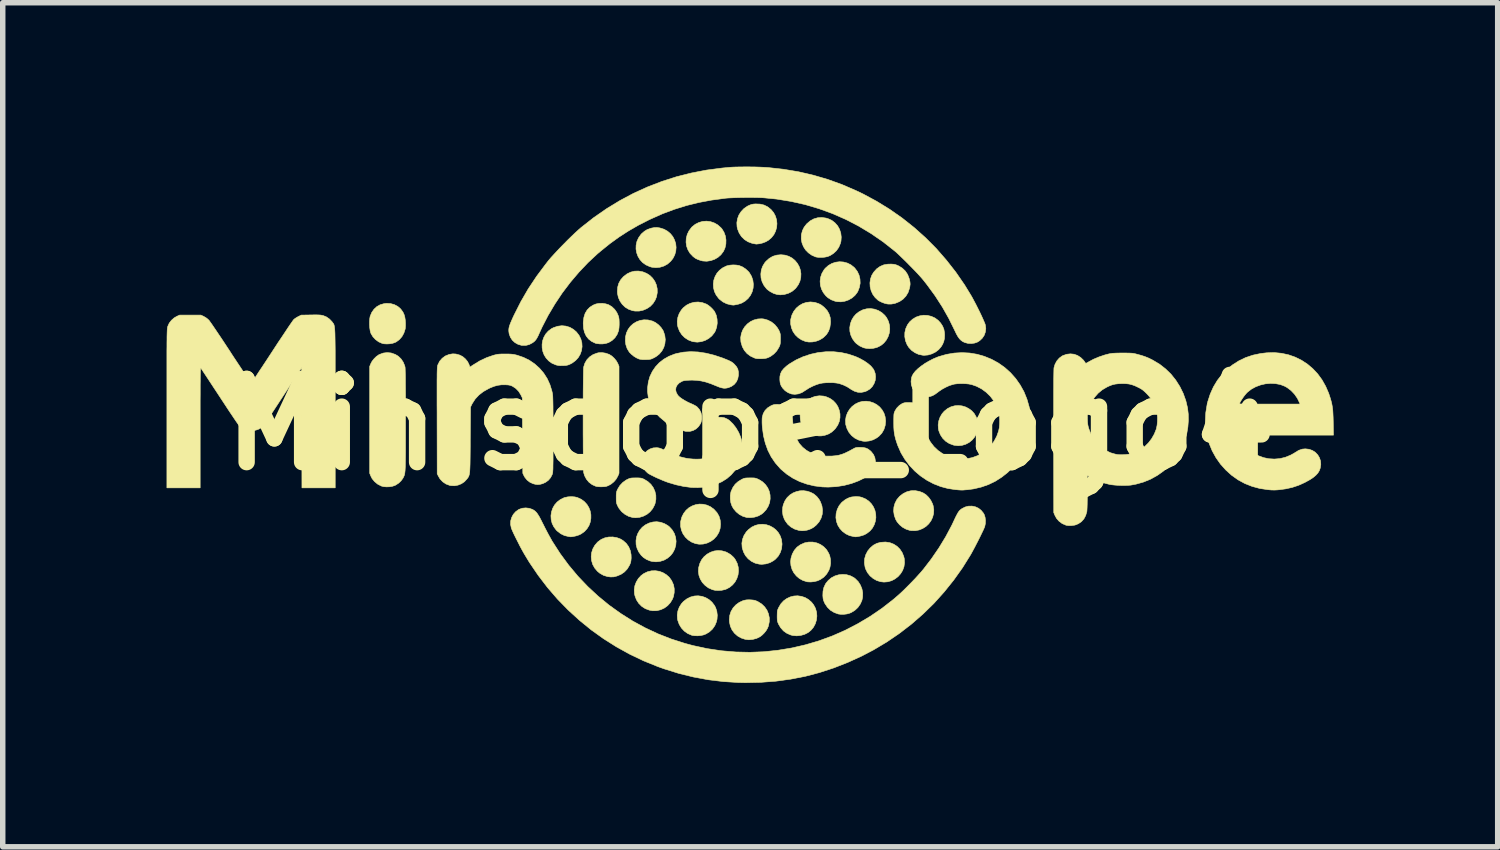
<source format=kicad_pcb>
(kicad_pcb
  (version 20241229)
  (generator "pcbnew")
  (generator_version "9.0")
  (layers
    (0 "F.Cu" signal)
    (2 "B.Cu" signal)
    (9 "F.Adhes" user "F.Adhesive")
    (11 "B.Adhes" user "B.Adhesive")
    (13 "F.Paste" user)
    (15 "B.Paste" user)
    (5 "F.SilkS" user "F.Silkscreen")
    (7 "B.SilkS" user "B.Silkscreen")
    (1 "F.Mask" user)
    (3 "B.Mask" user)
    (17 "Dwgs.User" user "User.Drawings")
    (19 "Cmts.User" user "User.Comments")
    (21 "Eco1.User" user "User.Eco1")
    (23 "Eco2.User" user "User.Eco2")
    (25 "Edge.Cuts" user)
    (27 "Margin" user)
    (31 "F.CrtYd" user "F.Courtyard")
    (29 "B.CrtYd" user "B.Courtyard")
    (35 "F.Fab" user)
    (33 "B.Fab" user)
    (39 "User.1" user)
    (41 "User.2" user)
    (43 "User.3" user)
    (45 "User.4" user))
  (footprint "Miniscope_Logo4"
    (layer "F.Cu")
    (at 10.681 4.72)
    (property "Reference" "Miniscope_Logo4" (at 0 0 0) (layer "F.SilkS") (effects (font (size 1.524 1.524) (thickness 0.3))))
    (attr through_hole)
    (fp_poly (pts (xy -1.964 -2.794) (xy -1.895 -2.766) (xy -1.834 -2.727) (xy -1.784 -2.677) (xy -1.744 -2.619) (xy -1.716 -2.554) (xy -1.701 -2.485) (xy -1.7 -2.413) (xy -1.713 -2.339) (xy -1.737 -2.279) (xy -1.777 -2.215) (xy -1.828 -2.162) (xy -1.89 -2.121) (xy -1.958 -2.092) (xy -2.031 -2.076) (xy -2.106 -2.076) (xy -2.154 -2.084) (xy -2.224 -2.109) (xy -2.287 -2.147) (xy -2.34 -2.198) (xy -2.382 -2.258) (xy -2.412 -2.325) (xy -2.428 -2.399) (xy -2.43 -2.438) (xy -2.424 -2.516) (xy -2.404 -2.585) (xy -2.37 -2.647) (xy -2.321 -2.704) (xy -2.317 -2.707) (xy -2.254 -2.756) (xy -2.186 -2.789) (xy -2.113 -2.807) (xy -2.04 -2.808) (xy -1.964 -2.794)) (stroke (width 0.01) (type solid)) (fill yes) (layer "F.SilkS"))
    (fp_poly (pts (xy -1.662 2.688) (xy -1.595 2.713) (xy -1.534 2.75) (xy -1.48 2.798) (xy -1.437 2.858) (xy -1.406 2.927) (xy -1.401 2.941) (xy -1.389 3.008) (xy -1.39 3.079) (xy -1.403 3.148) (xy -1.42 3.194) (xy -1.46 3.261) (xy -1.511 3.317) (xy -1.57 3.36) (xy -1.637 3.391) (xy -1.708 3.408) (xy -1.781 3.41) (xy -1.843 3.399) (xy -1.919 3.371) (xy -1.984 3.329) (xy -2.038 3.275) (xy -2.08 3.211) (xy -2.108 3.137) (xy -2.117 3.097) (xy -2.121 3.024) (xy -2.11 2.952) (xy -2.084 2.883) (xy -2.046 2.82) (xy -1.996 2.766) (xy -1.946 2.729) (xy -1.877 2.696) (xy -1.805 2.679) (xy -1.732 2.677) (xy -1.662 2.688)) (stroke (width 0.01) (type solid)) (fill yes) (layer "F.SilkS"))
    (fp_poly (pts (xy -1.639 1.79) (xy -1.57 1.814) (xy -1.507 1.85) (xy -1.476 1.875) (xy -1.425 1.932) (xy -1.387 1.996) (xy -1.364 2.066) (xy -1.355 2.138) (xy -1.361 2.21) (xy -1.381 2.281) (xy -1.415 2.347) (xy -1.455 2.398) (xy -1.512 2.447) (xy -1.577 2.484) (xy -1.649 2.506) (xy -1.723 2.514) (xy -1.796 2.507) (xy -1.831 2.498) (xy -1.898 2.47) (xy -1.954 2.433) (xy -1.993 2.396) (xy -2.039 2.333) (xy -2.07 2.266) (xy -2.087 2.197) (xy -2.089 2.127) (xy -2.079 2.059) (xy -2.055 1.994) (xy -2.02 1.934) (xy -1.974 1.881) (xy -1.916 1.837) (xy -1.849 1.804) (xy -1.778 1.785) (xy -1.71 1.78) (xy -1.639 1.79)) (stroke (width 0.01) (type solid)) (fill yes) (layer "F.SilkS"))
    (fp_poly (pts (xy -0.86 1.46) (xy -0.791 1.476) (xy -0.725 1.506) (xy -0.663 1.552) (xy -0.658 1.557) (xy -0.606 1.615) (xy -0.569 1.68) (xy -0.548 1.751) (xy -0.542 1.825) (xy -0.549 1.903) (xy -0.572 1.975) (xy -0.611 2.04) (xy -0.663 2.097) (xy -0.722 2.14) (xy -0.788 2.171) (xy -0.86 2.189) (xy -0.932 2.192) (xy -0.999 2.181) (xy -1.071 2.153) (xy -1.134 2.112) (xy -1.187 2.061) (xy -1.229 2.001) (xy -1.258 1.934) (xy -1.273 1.862) (xy -1.273 1.788) (xy -1.27 1.769) (xy -1.25 1.694) (xy -1.217 1.628) (xy -1.173 1.571) (xy -1.121 1.525) (xy -1.061 1.491) (xy -0.997 1.468) (xy -0.929 1.457) (xy -0.86 1.46)) (stroke (width 0.01) (type solid)) (fill yes) (layer "F.SilkS"))
    (fp_poly (pts (xy 2.483 2.152) (xy 2.559 2.164) (xy 2.628 2.191) (xy 2.69 2.231) (xy 2.742 2.283) (xy 2.783 2.345) (xy 2.812 2.416) (xy 2.822 2.458) (xy 2.826 2.533) (xy 2.816 2.604) (xy 2.792 2.67) (xy 2.755 2.731) (xy 2.709 2.783) (xy 2.653 2.826) (xy 2.591 2.859) (xy 2.522 2.879) (xy 2.45 2.885) (xy 2.389 2.878) (xy 2.317 2.856) (xy 2.252 2.819) (xy 2.195 2.771) (xy 2.148 2.712) (xy 2.115 2.646) (xy 2.104 2.612) (xy 2.092 2.533) (xy 2.096 2.457) (xy 2.117 2.384) (xy 2.153 2.315) (xy 2.198 2.26) (xy 2.256 2.21) (xy 2.32 2.176) (xy 2.391 2.157) (xy 2.47 2.152) (xy 2.483 2.152)) (stroke (width 0.01) (type solid)) (fill yes) (layer "F.SilkS"))
    (fp_poly (pts (xy -0.515 2.313) (xy -0.442 2.334) (xy -0.426 2.341) (xy -0.358 2.381) (xy -0.301 2.433) (xy -0.271 2.474) (xy -0.237 2.541) (xy -0.218 2.611) (xy -0.213 2.682) (xy -0.221 2.753) (xy -0.243 2.82) (xy -0.276 2.882) (xy -0.321 2.936) (xy -0.376 2.981) (xy -0.441 3.015) (xy -0.463 3.022) (xy -0.52 3.035) (xy -0.581 3.039) (xy -0.64 3.036) (xy -0.69 3.024) (xy -0.762 2.992) (xy -0.823 2.947) (xy -0.874 2.893) (xy -0.912 2.83) (xy -0.937 2.762) (xy -0.947 2.689) (xy -0.942 2.619) (xy -0.921 2.544) (xy -0.888 2.477) (xy -0.843 2.42) (xy -0.788 2.374) (xy -0.726 2.339) (xy -0.659 2.316) (xy -0.588 2.307) (xy -0.515 2.313)) (stroke (width 0.01) (type solid)) (fill yes) (layer "F.SilkS"))
    (fp_poly (pts (xy 0.297 1.835) (xy 0.361 1.856) (xy 0.42 1.888) (xy 0.473 1.93) (xy 0.518 1.982) (xy 0.552 2.042) (xy 0.575 2.11) (xy 0.584 2.186) (xy 0.584 2.193) (xy 0.576 2.27) (xy 0.553 2.342) (xy 0.516 2.408) (xy 0.466 2.463) (xy 0.43 2.492) (xy 0.362 2.53) (xy 0.288 2.552) (xy 0.213 2.56) (xy 0.165 2.556) (xy 0.091 2.538) (xy 0.023 2.504) (xy -0.036 2.458) (xy -0.085 2.401) (xy -0.121 2.334) (xy -0.144 2.26) (xy -0.146 2.249) (xy -0.151 2.174) (xy -0.139 2.101) (xy -0.112 2.031) (xy -0.07 1.966) (xy -0.03 1.924) (xy 0.03 1.878) (xy 0.095 1.847) (xy 0.162 1.83) (xy 0.23 1.826) (xy 0.297 1.835)) (stroke (width 0.01) (type solid)) (fill yes) (layer "F.SilkS"))
    (fp_poly (pts (xy 0.639 -3.1) (xy 0.709 -3.078) (xy 0.77 -3.045) (xy 0.822 -3.001) (xy 0.865 -2.949) (xy 0.898 -2.89) (xy 0.92 -2.826) (xy 0.93 -2.76) (xy 0.927 -2.691) (xy 0.912 -2.624) (xy 0.882 -2.559) (xy 0.837 -2.497) (xy 0.825 -2.484) (xy 0.767 -2.436) (xy 0.699 -2.401) (xy 0.627 -2.38) (xy 0.551 -2.373) (xy 0.492 -2.38) (xy 0.432 -2.398) (xy 0.372 -2.429) (xy 0.319 -2.467) (xy 0.302 -2.483) (xy 0.254 -2.544) (xy 0.22 -2.611) (xy 0.2 -2.682) (xy 0.196 -2.755) (xy 0.205 -2.827) (xy 0.229 -2.896) (xy 0.268 -2.96) (xy 0.29 -2.986) (xy 0.35 -3.04) (xy 0.415 -3.078) (xy 0.487 -3.1) (xy 0.563 -3.107) (xy 0.639 -3.1)) (stroke (width 0.01) (type solid)) (fill yes) (layer "F.SilkS"))
    (fp_poly (pts (xy 1.149 2.153) (xy 1.221 2.168) (xy 1.288 2.197) (xy 1.348 2.239) (xy 1.399 2.292) (xy 1.438 2.357) (xy 1.457 2.402) (xy 1.471 2.469) (xy 1.473 2.541) (xy 1.462 2.611) (xy 1.442 2.668) (xy 1.401 2.737) (xy 1.349 2.794) (xy 1.287 2.837) (xy 1.231 2.862) (xy 1.174 2.876) (xy 1.113 2.883) (xy 1.056 2.881) (xy 1.039 2.878) (xy 0.966 2.855) (xy 0.901 2.819) (xy 0.846 2.772) (xy 0.8 2.715) (xy 0.767 2.652) (xy 0.747 2.582) (xy 0.741 2.51) (xy 0.748 2.449) (xy 0.772 2.371) (xy 0.809 2.303) (xy 0.858 2.246) (xy 0.919 2.202) (xy 0.99 2.17) (xy 0.997 2.167) (xy 1.074 2.152) (xy 1.149 2.153)) (stroke (width 0.01) (type solid)) (fill yes) (layer "F.SilkS"))
    (fp_poly (pts (xy 1.709 -2.974) (xy 1.779 -2.955) (xy 1.845 -2.922) (xy 1.904 -2.875) (xy 1.915 -2.864) (xy 1.962 -2.802) (xy 1.994 -2.733) (xy 2.011 -2.66) (xy 2.014 -2.585) (xy 2 -2.51) (xy 1.972 -2.437) (xy 1.962 -2.419) (xy 1.919 -2.363) (xy 1.865 -2.316) (xy 1.802 -2.28) (xy 1.733 -2.256) (xy 1.662 -2.245) (xy 1.59 -2.249) (xy 1.556 -2.256) (xy 1.486 -2.282) (xy 1.425 -2.32) (xy 1.388 -2.353) (xy 1.34 -2.413) (xy 1.306 -2.479) (xy 1.286 -2.55) (xy 1.281 -2.623) (xy 1.29 -2.695) (xy 1.314 -2.765) (xy 1.352 -2.83) (xy 1.375 -2.859) (xy 1.432 -2.91) (xy 1.496 -2.947) (xy 1.565 -2.97) (xy 1.637 -2.979) (xy 1.709 -2.974)) (stroke (width 0.01) (type solid)) (fill yes) (layer "F.SilkS"))
    (fp_poly (pts (xy 2.193 -0.417) (xy 2.257 -0.396) (xy 2.317 -0.364) (xy 2.37 -0.322) (xy 2.414 -0.27) (xy 2.449 -0.21) (xy 2.471 -0.142) (xy 2.48 -0.067) (xy 2.48 -0.059) (xy 2.472 0.019) (xy 2.449 0.092) (xy 2.411 0.158) (xy 2.359 0.214) (xy 2.318 0.245) (xy 2.251 0.281) (xy 2.178 0.302) (xy 2.104 0.309) (xy 2.062 0.305) (xy 1.986 0.285) (xy 1.918 0.251) (xy 1.859 0.204) (xy 1.81 0.146) (xy 1.774 0.078) (xy 1.751 0.003) (xy 1.75 -0.003) (xy 1.746 -0.078) (xy 1.758 -0.151) (xy 1.785 -0.221) (xy 1.827 -0.286) (xy 1.866 -0.329) (xy 1.927 -0.375) (xy 1.991 -0.406) (xy 2.059 -0.423) (xy 2.127 -0.426) (xy 2.193 -0.417)) (stroke (width 0.01) (type solid)) (fill yes) (layer "F.SilkS"))
    (fp_poly (pts (xy 2.277 -2.111) (xy 2.347 -2.086) (xy 2.41 -2.048) (xy 2.465 -1.998) (xy 2.498 -1.955) (xy 2.532 -1.888) (xy 2.551 -1.817) (xy 2.556 -1.745) (xy 2.548 -1.675) (xy 2.526 -1.608) (xy 2.493 -1.546) (xy 2.448 -1.491) (xy 2.393 -1.446) (xy 2.327 -1.413) (xy 2.306 -1.406) (xy 2.249 -1.393) (xy 2.187 -1.389) (xy 2.128 -1.393) (xy 2.078 -1.404) (xy 2.006 -1.437) (xy 1.944 -1.482) (xy 1.919 -1.507) (xy 1.873 -1.57) (xy 1.843 -1.636) (xy 1.826 -1.705) (xy 1.824 -1.775) (xy 1.835 -1.843) (xy 1.858 -1.908) (xy 1.893 -1.968) (xy 1.939 -2.021) (xy 1.995 -2.064) (xy 2.061 -2.098) (xy 2.132 -2.117) (xy 2.205 -2.122) (xy 2.277 -2.111)) (stroke (width 0.01) (type solid)) (fill yes) (layer "F.SilkS"))
    (fp_poly (pts (xy 3.097 1.225) (xy 3.164 1.251) (xy 3.218 1.285) (xy 3.267 1.333) (xy 3.308 1.39) (xy 3.339 1.453) (xy 3.35 1.486) (xy 3.362 1.56) (xy 3.358 1.632) (xy 3.34 1.7) (xy 3.31 1.763) (xy 3.269 1.819) (xy 3.218 1.867) (xy 3.159 1.904) (xy 3.093 1.931) (xy 3.022 1.944) (xy 2.948 1.942) (xy 2.921 1.938) (xy 2.856 1.917) (xy 2.793 1.883) (xy 2.737 1.837) (xy 2.691 1.783) (xy 2.665 1.738) (xy 2.638 1.663) (xy 2.627 1.587) (xy 2.632 1.512) (xy 2.652 1.441) (xy 2.686 1.375) (xy 2.736 1.316) (xy 2.739 1.313) (xy 2.802 1.265) (xy 2.871 1.231) (xy 2.944 1.213) (xy 3.02 1.211) (xy 3.097 1.225)) (stroke (width 0.01) (type solid)) (fill yes) (layer "F.SilkS"))
    (fp_poly (pts (xy 3.248 -1.996) (xy 3.318 -1.979) (xy 3.384 -1.949) (xy 3.443 -1.905) (xy 3.488 -1.855) (xy 3.524 -1.799) (xy 3.547 -1.742) (xy 3.558 -1.678) (xy 3.56 -1.638) (xy 3.557 -1.575) (xy 3.545 -1.52) (xy 3.524 -1.469) (xy 3.497 -1.424) (xy 3.451 -1.37) (xy 3.393 -1.326) (xy 3.327 -1.293) (xy 3.257 -1.272) (xy 3.184 -1.266) (xy 3.158 -1.268) (xy 3.085 -1.283) (xy 3.017 -1.314) (xy 2.955 -1.357) (xy 2.904 -1.412) (xy 2.873 -1.461) (xy 2.844 -1.533) (xy 2.831 -1.607) (xy 2.832 -1.682) (xy 2.849 -1.755) (xy 2.88 -1.823) (xy 2.919 -1.877) (xy 2.975 -1.928) (xy 3.038 -1.966) (xy 3.106 -1.989) (xy 3.177 -2) (xy 3.248 -1.996)) (stroke (width 0.01) (type solid)) (fill yes) (layer "F.SilkS"))
    (fp_poly (pts (xy 3.879 -0.34) (xy 3.943 -0.321) (xy 4.003 -0.29) (xy 4.057 -0.25) (xy 4.103 -0.199) (xy 4.138 -0.139) (xy 4.163 -0.072) (xy 4.174 0.004) (xy 4.174 0.022) (xy 4.166 0.098) (xy 4.144 0.168) (xy 4.109 0.23) (xy 4.064 0.284) (xy 4.009 0.329) (xy 3.946 0.362) (xy 3.879 0.382) (xy 3.807 0.389) (xy 3.733 0.38) (xy 3.719 0.376) (xy 3.644 0.348) (xy 3.579 0.306) (xy 3.525 0.252) (xy 3.483 0.188) (xy 3.454 0.115) (xy 3.446 0.077) (xy 3.442 0.007) (xy 3.453 -0.065) (xy 3.477 -0.134) (xy 3.514 -0.197) (xy 3.552 -0.241) (xy 3.612 -0.29) (xy 3.676 -0.323) (xy 3.744 -0.342) (xy 3.812 -0.347) (xy 3.879 -0.34)) (stroke (width 0.01) (type solid)) (fill yes) (layer "F.SilkS"))
    (fp_poly (pts (xy -0.881 3.146) (xy -0.815 3.169) (xy -0.753 3.205) (xy -0.698 3.253) (xy -0.652 3.314) (xy -0.632 3.352) (xy -0.61 3.418) (xy -0.601 3.491) (xy -0.606 3.565) (xy -0.617 3.613) (xy -0.646 3.682) (xy -0.689 3.744) (xy -0.744 3.795) (xy -0.807 3.834) (xy -0.853 3.852) (xy -0.902 3.863) (xy -0.957 3.868) (xy -1.011 3.867) (xy -1.058 3.861) (xy -1.071 3.857) (xy -1.143 3.826) (xy -1.206 3.781) (xy -1.258 3.725) (xy -1.298 3.659) (xy -1.325 3.584) (xy -1.33 3.558) (xy -1.334 3.487) (xy -1.323 3.415) (xy -1.297 3.345) (xy -1.258 3.282) (xy -1.22 3.24) (xy -1.158 3.192) (xy -1.092 3.159) (xy -1.022 3.14) (xy -0.951 3.136) (xy -0.881 3.146)) (stroke (width 0.01) (type solid)) (fill yes) (layer "F.SilkS"))
    (fp_poly (pts (xy -0.726 -3.713) (xy -0.658 -3.69) (xy -0.594 -3.654) (xy -0.537 -3.604) (xy -0.517 -3.582) (xy -0.479 -3.52) (xy -0.453 -3.45) (xy -0.442 -3.377) (xy -0.444 -3.303) (xy -0.46 -3.231) (xy -0.488 -3.169) (xy -0.533 -3.109) (xy -0.588 -3.06) (xy -0.652 -3.023) (xy -0.722 -2.999) (xy -0.795 -2.988) (xy -0.868 -2.993) (xy -0.914 -3.005) (xy -0.961 -3.022) (xy -0.998 -3.04) (xy -1.032 -3.065) (xy -1.048 -3.078) (xy -1.1 -3.133) (xy -1.138 -3.196) (xy -1.163 -3.264) (xy -1.173 -3.336) (xy -1.169 -3.408) (xy -1.151 -3.479) (xy -1.119 -3.545) (xy -1.073 -3.606) (xy -1.064 -3.616) (xy -1.005 -3.664) (xy -0.939 -3.697) (xy -0.869 -3.717) (xy -0.798 -3.722) (xy -0.726 -3.713)) (stroke (width 0.01) (type solid)) (fill yes) (layer "F.SilkS"))
    (fp_poly (pts (xy 1.044 1.221) (xy 1.108 1.242) (xy 1.168 1.274) (xy 1.221 1.319) (xy 1.265 1.376) (xy 1.288 1.418) (xy 1.315 1.493) (xy 1.325 1.569) (xy 1.32 1.643) (xy 1.299 1.714) (xy 1.263 1.781) (xy 1.213 1.839) (xy 1.167 1.878) (xy 1.121 1.906) (xy 1.071 1.926) (xy 1.04 1.935) (xy 0.987 1.944) (xy 0.941 1.945) (xy 0.893 1.939) (xy 0.815 1.915) (xy 0.747 1.877) (xy 0.689 1.827) (xy 0.643 1.764) (xy 0.624 1.728) (xy 0.601 1.662) (xy 0.592 1.589) (xy 0.597 1.515) (xy 0.608 1.467) (xy 0.637 1.398) (xy 0.677 1.339) (xy 0.727 1.291) (xy 0.784 1.254) (xy 0.846 1.229) (xy 0.911 1.214) (xy 0.978 1.212) (xy 1.044 1.221)) (stroke (width 0.01) (type solid)) (fill yes) (layer "F.SilkS"))
    (fp_poly (pts (xy -2.441 2.071) (xy -2.372 2.097) (xy -2.326 2.125) (xy -2.268 2.176) (xy -2.224 2.237) (xy -2.194 2.307) (xy -2.179 2.383) (xy -2.177 2.445) (xy -2.181 2.489) (xy -2.187 2.523) (xy -2.198 2.554) (xy -2.207 2.574) (xy -2.248 2.643) (xy -2.3 2.699) (xy -2.362 2.742) (xy -2.373 2.747) (xy -2.438 2.774) (xy -2.497 2.789) (xy -2.556 2.791) (xy -2.61 2.784) (xy -2.683 2.762) (xy -2.75 2.724) (xy -2.795 2.687) (xy -2.845 2.628) (xy -2.881 2.563) (xy -2.902 2.493) (xy -2.909 2.421) (xy -2.902 2.349) (xy -2.88 2.279) (xy -2.844 2.214) (xy -2.794 2.155) (xy -2.785 2.147) (xy -2.726 2.104) (xy -2.659 2.075) (xy -2.588 2.06) (xy -2.514 2.059) (xy -2.441 2.071)) (stroke (width 0.01) (type solid)) (fill yes) (layer "F.SilkS"))
    (fp_poly (pts (xy -1.653 -3.598) (xy -1.649 -3.597) (xy -1.576 -3.574) (xy -1.512 -3.538) (xy -1.458 -3.492) (xy -1.414 -3.437) (xy -1.383 -3.376) (xy -1.362 -3.31) (xy -1.355 -3.241) (xy -1.361 -3.172) (xy -1.38 -3.104) (xy -1.414 -3.038) (xy -1.455 -2.987) (xy -1.513 -2.936) (xy -1.579 -2.9) (xy -1.651 -2.878) (xy -1.725 -2.871) (xy -1.801 -2.879) (xy -1.838 -2.89) (xy -1.909 -2.922) (xy -1.969 -2.965) (xy -2.017 -3.018) (xy -2.053 -3.078) (xy -2.077 -3.143) (xy -2.089 -3.212) (xy -2.087 -3.282) (xy -2.072 -3.351) (xy -2.042 -3.417) (xy -1.998 -3.479) (xy -1.981 -3.497) (xy -1.934 -3.537) (xy -1.885 -3.567) (xy -1.827 -3.588) (xy -1.808 -3.594) (xy -1.755 -3.604) (xy -1.706 -3.606) (xy -1.653 -3.598)) (stroke (width 0.01) (type solid)) (fill yes) (layer "F.SilkS"))
    (fp_poly (pts (xy -0.876 -2.231) (xy -0.802 -2.204) (xy -0.794 -2.2) (xy -0.76 -2.178) (xy -0.722 -2.147) (xy -0.686 -2.111) (xy -0.657 -2.076) (xy -0.649 -2.063) (xy -0.62 -1.999) (xy -0.605 -1.928) (xy -0.602 -1.855) (xy -0.612 -1.784) (xy -0.634 -1.717) (xy -0.654 -1.681) (xy -0.701 -1.622) (xy -0.759 -1.574) (xy -0.824 -1.538) (xy -0.894 -1.516) (xy -0.967 -1.507) (xy -1.04 -1.515) (xy -1.059 -1.519) (xy -1.133 -1.548) (xy -1.197 -1.59) (xy -1.251 -1.644) (xy -1.293 -1.709) (xy -1.321 -1.782) (xy -1.33 -1.82) (xy -1.334 -1.89) (xy -1.323 -1.962) (xy -1.298 -2.031) (xy -1.26 -2.094) (xy -1.226 -2.134) (xy -1.166 -2.183) (xy -1.099 -2.217) (xy -1.026 -2.237) (xy -0.951 -2.242) (xy -0.876 -2.231)) (stroke (width 0.01) (type solid)) (fill yes) (layer "F.SilkS"))
    (fp_poly (pts (xy 1.176 -2.236) (xy 1.197 -2.231) (xy 1.257 -2.211) (xy 1.308 -2.183) (xy 1.358 -2.142) (xy 1.36 -2.14) (xy 1.411 -2.084) (xy 1.445 -2.023) (xy 1.466 -1.957) (xy 1.472 -1.882) (xy 1.471 -1.855) (xy 1.46 -1.776) (xy 1.436 -1.708) (xy 1.398 -1.647) (xy 1.344 -1.594) (xy 1.331 -1.584) (xy 1.276 -1.55) (xy 1.211 -1.525) (xy 1.143 -1.511) (xy 1.076 -1.509) (xy 1.015 -1.519) (xy 0.943 -1.548) (xy 0.88 -1.589) (xy 0.827 -1.64) (xy 0.785 -1.701) (xy 0.757 -1.767) (xy 0.742 -1.839) (xy 0.742 -1.912) (xy 0.745 -1.93) (xy 0.765 -2.004) (xy 0.799 -2.071) (xy 0.844 -2.129) (xy 0.899 -2.176) (xy 0.961 -2.212) (xy 1.029 -2.234) (xy 1.102 -2.243) (xy 1.176 -2.236)) (stroke (width 0.01) (type solid)) (fill yes) (layer "F.SilkS"))
    (fp_poly (pts (xy 1.391 -3.778) (xy 1.427 -3.767) (xy 1.495 -3.736) (xy 1.553 -3.691) (xy 1.601 -3.637) (xy 1.636 -3.574) (xy 1.659 -3.505) (xy 1.668 -3.431) (xy 1.663 -3.356) (xy 1.652 -3.313) (xy 1.623 -3.244) (xy 1.58 -3.182) (xy 1.525 -3.131) (xy 1.462 -3.091) (xy 1.416 -3.073) (xy 1.367 -3.063) (xy 1.313 -3.058) (xy 1.258 -3.058) (xy 1.211 -3.065) (xy 1.198 -3.068) (xy 1.128 -3.099) (xy 1.067 -3.142) (xy 1.015 -3.195) (xy 0.976 -3.256) (xy 0.949 -3.324) (xy 0.936 -3.395) (xy 0.938 -3.469) (xy 0.939 -3.478) (xy 0.958 -3.55) (xy 0.989 -3.612) (xy 1.033 -3.669) (xy 1.037 -3.673) (xy 1.098 -3.726) (xy 1.165 -3.763) (xy 1.237 -3.784) (xy 1.313 -3.789) (xy 1.391 -3.778)) (stroke (width 0.01) (type solid)) (fill yes) (layer "F.SilkS"))
    (fp_poly (pts (xy -2.643 -2.208) (xy -2.589 -2.191) (xy -2.53 -2.155) (xy -2.479 -2.106) (xy -2.439 -2.048) (xy -2.411 -1.984) (xy -2.405 -1.963) (xy -2.399 -1.924) (xy -2.397 -1.875) (xy -2.397 -1.822) (xy -2.4 -1.771) (xy -2.406 -1.727) (xy -2.409 -1.714) (xy -2.435 -1.647) (xy -2.475 -1.587) (xy -2.528 -1.537) (xy -2.59 -1.5) (xy -2.639 -1.484) (xy -2.696 -1.475) (xy -2.756 -1.475) (xy -2.811 -1.482) (xy -2.834 -1.488) (xy -2.902 -1.521) (xy -2.958 -1.565) (xy -3.001 -1.62) (xy -3.032 -1.686) (xy -3.05 -1.763) (xy -3.055 -1.85) (xy -3.054 -1.878) (xy -3.043 -1.961) (xy -3.02 -2.034) (xy -2.983 -2.096) (xy -2.934 -2.146) (xy -2.873 -2.185) (xy -2.821 -2.206) (xy -2.766 -2.216) (xy -2.704 -2.217) (xy -2.643 -2.208)) (stroke (width 0.01) (type solid)) (fill yes) (layer "F.SilkS"))
    (fp_poly (pts (xy -3.373 -1.801) (xy -3.301 -1.779) (xy -3.235 -1.741) (xy -3.18 -1.694) (xy -3.132 -1.632) (xy -3.099 -1.565) (xy -3.08 -1.496) (xy -3.076 -1.425) (xy -3.086 -1.355) (xy -3.109 -1.288) (xy -3.145 -1.226) (xy -3.194 -1.172) (xy -3.255 -1.126) (xy -3.291 -1.107) (xy -3.322 -1.093) (xy -3.349 -1.085) (xy -3.378 -1.08) (xy -3.416 -1.078) (xy -3.429 -1.078) (xy -3.477 -1.077) (xy -3.514 -1.081) (xy -3.547 -1.088) (xy -3.559 -1.092) (xy -3.629 -1.122) (xy -3.687 -1.164) (xy -3.734 -1.215) (xy -3.77 -1.272) (xy -3.794 -1.335) (xy -3.807 -1.401) (xy -3.808 -1.468) (xy -3.798 -1.534) (xy -3.775 -1.598) (xy -3.741 -1.657) (xy -3.695 -1.709) (xy -3.637 -1.753) (xy -3.598 -1.773) (xy -3.523 -1.798) (xy -3.447 -1.808) (xy -3.373 -1.801)) (stroke (width 0.01) (type solid)) (fill yes) (layer "F.SilkS"))
    (fp_poly (pts (xy 1.763 2.749) (xy 1.833 2.769) (xy 1.899 2.803) (xy 1.925 2.823) (xy 1.978 2.876) (xy 2.019 2.94) (xy 2.047 3.01) (xy 2.061 3.083) (xy 2.059 3.158) (xy 2.047 3.218) (xy 2.017 3.286) (xy 1.974 3.348) (xy 1.919 3.4) (xy 1.855 3.44) (xy 1.823 3.454) (xy 1.773 3.468) (xy 1.716 3.475) (xy 1.66 3.475) (xy 1.613 3.469) (xy 1.537 3.441) (xy 1.47 3.4) (xy 1.415 3.346) (xy 1.371 3.281) (xy 1.366 3.272) (xy 1.351 3.238) (xy 1.341 3.21) (xy 1.335 3.181) (xy 1.332 3.143) (xy 1.331 3.131) (xy 1.334 3.054) (xy 1.349 2.986) (xy 1.378 2.923) (xy 1.384 2.912) (xy 1.431 2.854) (xy 1.487 2.807) (xy 1.551 2.773) (xy 1.62 2.752) (xy 1.691 2.744) (xy 1.763 2.749)) (stroke (width 0.01) (type solid)) (fill yes) (layer "F.SilkS"))
    (fp_poly (pts (xy -6.582 -2.213) (xy -6.513 -2.194) (xy -6.45 -2.161) (xy -6.397 -2.115) (xy -6.355 -2.057) (xy -6.333 -2.009) (xy -6.321 -1.967) (xy -6.313 -1.915) (xy -6.309 -1.859) (xy -6.309 -1.803) (xy -6.313 -1.755) (xy -6.315 -1.744) (xy -6.338 -1.673) (xy -6.373 -1.609) (xy -6.42 -1.555) (xy -6.476 -1.513) (xy -6.5 -1.501) (xy -6.544 -1.486) (xy -6.596 -1.477) (xy -6.651 -1.474) (xy -6.702 -1.477) (xy -6.737 -1.485) (xy -6.8 -1.513) (xy -6.856 -1.554) (xy -6.904 -1.605) (xy -6.938 -1.661) (xy -6.944 -1.675) (xy -6.955 -1.716) (xy -6.963 -1.768) (xy -6.967 -1.826) (xy -6.967 -1.884) (xy -6.963 -1.938) (xy -6.956 -1.978) (xy -6.927 -2.049) (xy -6.886 -2.108) (xy -6.835 -2.156) (xy -6.773 -2.191) (xy -6.703 -2.211) (xy -6.658 -2.217) (xy -6.582 -2.213)) (stroke (width 0.01) (type solid)) (fill yes) (layer "F.SilkS"))
    (fp_poly (pts (xy -3.208 1.326) (xy -3.16 1.338) (xy -3.091 1.37) (xy -3.033 1.413) (xy -2.986 1.465) (xy -2.951 1.523) (xy -2.927 1.586) (xy -2.915 1.652) (xy -2.915 1.719) (xy -2.926 1.786) (xy -2.949 1.849) (xy -2.985 1.907) (xy -3.032 1.959) (xy -3.092 2.002) (xy -3.125 2.019) (xy -3.153 2.029) (xy -3.188 2.04) (xy -3.226 2.048) (xy -3.259 2.054) (xy -3.284 2.056) (xy -3.289 2.056) (xy -3.303 2.054) (xy -3.323 2.051) (xy -3.399 2.033) (xy -3.468 1.999) (xy -3.531 1.95) (xy -3.547 1.935) (xy -3.593 1.874) (xy -3.625 1.809) (xy -3.642 1.74) (xy -3.646 1.67) (xy -3.636 1.601) (xy -3.614 1.535) (xy -3.58 1.474) (xy -3.533 1.42) (xy -3.476 1.376) (xy -3.408 1.342) (xy -3.397 1.338) (xy -3.337 1.325) (xy -3.272 1.321) (xy -3.208 1.326)) (stroke (width 0.01) (type solid)) (fill yes) (layer "F.SilkS"))
    (fp_poly (pts (xy -1.868 -1.913) (xy -1.792 -1.894) (xy -1.788 -1.893) (xy -1.733 -1.866) (xy -1.679 -1.826) (xy -1.632 -1.777) (xy -1.596 -1.724) (xy -1.587 -1.706) (xy -1.562 -1.63) (xy -1.553 -1.555) (xy -1.56 -1.481) (xy -1.58 -1.411) (xy -1.615 -1.346) (xy -1.663 -1.289) (xy -1.723 -1.242) (xy -1.759 -1.222) (xy -1.79 -1.207) (xy -1.815 -1.197) (xy -1.839 -1.192) (xy -1.87 -1.189) (xy -1.908 -1.188) (xy -1.969 -1.188) (xy -2.015 -1.194) (xy -2.033 -1.198) (xy -2.078 -1.218) (xy -2.126 -1.247) (xy -2.171 -1.283) (xy -2.207 -1.319) (xy -2.212 -1.325) (xy -2.251 -1.389) (xy -2.275 -1.46) (xy -2.284 -1.527) (xy -2.281 -1.604) (xy -2.264 -1.676) (xy -2.233 -1.741) (xy -2.192 -1.797) (xy -2.14 -1.844) (xy -2.08 -1.88) (xy -2.014 -1.905) (xy -1.943 -1.916) (xy -1.868 -1.913)) (stroke (width 0.01) (type solid)) (fill yes) (layer "F.SilkS"))
    (fp_poly (pts (xy 0.004 3.21) (xy 0.045 3.213) (xy 0.075 3.217) (xy 0.102 3.225) (xy 0.132 3.238) (xy 0.146 3.245) (xy 0.212 3.287) (xy 0.266 3.339) (xy 0.308 3.4) (xy 0.336 3.467) (xy 0.351 3.539) (xy 0.35 3.613) (xy 0.335 3.688) (xy 0.317 3.732) (xy 0.293 3.773) (xy 0.26 3.815) (xy 0.221 3.854) (xy 0.183 3.884) (xy 0.183 3.884) (xy 0.12 3.915) (xy 0.049 3.934) (xy -0.023 3.941) (xy -0.09 3.933) (xy -0.165 3.908) (xy -0.231 3.87) (xy -0.287 3.82) (xy -0.331 3.761) (xy -0.362 3.692) (xy -0.378 3.617) (xy -0.381 3.573) (xy -0.373 3.495) (xy -0.35 3.423) (xy -0.312 3.358) (xy -0.262 3.303) (xy -0.201 3.258) (xy -0.13 3.225) (xy -0.128 3.225) (xy -0.096 3.216) (xy -0.066 3.211) (xy -0.03 3.209) (xy 0.004 3.21)) (stroke (width 0.01) (type solid)) (fill yes) (layer "F.SilkS"))
    (fp_poly (pts (xy 0.182 -4.034) (xy 0.254 -4.017) (xy 0.319 -3.985) (xy 0.378 -3.938) (xy 0.38 -3.937) (xy 0.429 -3.879) (xy 0.463 -3.815) (xy 0.484 -3.746) (xy 0.491 -3.676) (xy 0.485 -3.606) (xy 0.466 -3.539) (xy 0.435 -3.476) (xy 0.391 -3.42) (xy 0.336 -3.373) (xy 0.285 -3.344) (xy 0.231 -3.323) (xy 0.176 -3.309) (xy 0.126 -3.303) (xy 0.115 -3.302) (xy 0.093 -3.305) (xy 0.062 -3.311) (xy 0.034 -3.317) (xy -0.04 -3.345) (xy -0.104 -3.386) (xy -0.158 -3.439) (xy -0.2 -3.503) (xy -0.229 -3.575) (xy -0.239 -3.618) (xy -0.243 -3.693) (xy -0.231 -3.766) (xy -0.205 -3.835) (xy -0.165 -3.897) (xy -0.114 -3.951) (xy -0.051 -3.995) (xy -0.037 -4.002) (xy -0.001 -4.018) (xy 0.028 -4.028) (xy 0.058 -4.034) (xy 0.098 -4.037) (xy 0.101 -4.037) (xy 0.182 -4.034)) (stroke (width 0.01) (type solid)) (fill yes) (layer "F.SilkS"))
    (fp_poly (pts (xy 0.939 3.146) (xy 1.006 3.168) (xy 1.068 3.204) (xy 1.125 3.254) (xy 1.161 3.3) (xy 1.196 3.365) (xy 1.216 3.435) (xy 1.222 3.507) (xy 1.214 3.579) (xy 1.193 3.648) (xy 1.159 3.712) (xy 1.112 3.768) (xy 1.061 3.809) (xy 0.998 3.841) (xy 0.928 3.861) (xy 0.855 3.869) (xy 0.782 3.863) (xy 0.743 3.853) (xy 0.672 3.822) (xy 0.611 3.779) (xy 0.56 3.722) (xy 0.522 3.658) (xy 0.511 3.633) (xy 0.503 3.612) (xy 0.498 3.59) (xy 0.496 3.564) (xy 0.495 3.527) (xy 0.495 3.505) (xy 0.496 3.462) (xy 0.497 3.431) (xy 0.5 3.407) (xy 0.507 3.386) (xy 0.517 3.363) (xy 0.522 3.352) (xy 0.562 3.284) (xy 0.612 3.229) (xy 0.67 3.187) (xy 0.734 3.157) (xy 0.801 3.14) (xy 0.87 3.136) (xy 0.939 3.146)) (stroke (width 0.01) (type solid)) (fill yes) (layer "F.SilkS"))
    (fp_poly (pts (xy 2.625 -2.933) (xy 2.657 -2.927) (xy 2.686 -2.917) (xy 2.721 -2.901) (xy 2.722 -2.901) (xy 2.788 -2.859) (xy 2.842 -2.807) (xy 2.884 -2.743) (xy 2.913 -2.667) (xy 2.916 -2.655) (xy 2.926 -2.609) (xy 2.929 -2.569) (xy 2.924 -2.527) (xy 2.916 -2.49) (xy 2.891 -2.415) (xy 2.851 -2.349) (xy 2.799 -2.294) (xy 2.736 -2.251) (xy 2.664 -2.221) (xy 2.641 -2.214) (xy 2.583 -2.204) (xy 2.532 -2.204) (xy 2.506 -2.207) (xy 2.461 -2.218) (xy 2.413 -2.236) (xy 2.368 -2.258) (xy 2.343 -2.273) (xy 2.288 -2.324) (xy 2.245 -2.383) (xy 2.215 -2.449) (xy 2.197 -2.52) (xy 2.193 -2.591) (xy 2.203 -2.663) (xy 2.227 -2.731) (xy 2.263 -2.789) (xy 2.317 -2.849) (xy 2.379 -2.893) (xy 2.447 -2.922) (xy 2.524 -2.935) (xy 2.584 -2.936) (xy 2.625 -2.933)) (stroke (width 0.01) (type solid)) (fill yes) (layer "F.SilkS"))
    (fp_poly (pts (xy -0.251 -2.918) (xy -0.198 -2.909) (xy -0.198 -2.908) (xy -0.139 -2.884) (xy -0.083 -2.847) (xy -0.033 -2.801) (xy -0.013 -2.777) (xy 0.026 -2.711) (xy 0.05 -2.64) (xy 0.059 -2.569) (xy 0.055 -2.497) (xy 0.037 -2.428) (xy 0.006 -2.364) (xy -0.038 -2.306) (xy -0.093 -2.258) (xy -0.153 -2.223) (xy -0.181 -2.213) (xy -0.216 -2.202) (xy -0.254 -2.194) (xy -0.288 -2.187) (xy -0.312 -2.185) (xy -0.318 -2.186) (xy -0.331 -2.188) (xy -0.351 -2.19) (xy -0.427 -2.209) (xy -0.497 -2.243) (xy -0.56 -2.292) (xy -0.575 -2.307) (xy -0.621 -2.368) (xy -0.653 -2.433) (xy -0.67 -2.502) (xy -0.674 -2.572) (xy -0.665 -2.641) (xy -0.642 -2.707) (xy -0.608 -2.768) (xy -0.562 -2.821) (xy -0.504 -2.866) (xy -0.436 -2.9) (xy -0.425 -2.904) (xy -0.372 -2.916) (xy -0.311 -2.921) (xy -0.251 -2.918)) (stroke (width 0.01) (type solid)) (fill yes) (layer "F.SilkS"))
    (fp_poly (pts (xy 1.342 -0.52) (xy 1.39 -0.508) (xy 1.46 -0.478) (xy 1.519 -0.437) (xy 1.568 -0.386) (xy 1.606 -0.327) (xy 1.631 -0.262) (xy 1.645 -0.194) (xy 1.645 -0.124) (xy 1.632 -0.055) (xy 1.604 0.011) (xy 1.562 0.073) (xy 1.549 0.088) (xy 1.497 0.136) (xy 1.442 0.171) (xy 1.38 0.194) (xy 1.362 0.199) (xy 1.305 0.209) (xy 1.254 0.209) (xy 1.2 0.201) (xy 1.198 0.2) (xy 1.123 0.173) (xy 1.057 0.133) (xy 1.001 0.079) (xy 0.957 0.014) (xy 0.951 0.002) (xy 0.935 -0.031) (xy 0.925 -0.059) (xy 0.92 -0.087) (xy 0.917 -0.123) (xy 0.916 -0.14) (xy 0.915 -0.184) (xy 0.917 -0.217) (xy 0.923 -0.247) (xy 0.931 -0.274) (xy 0.963 -0.344) (xy 1.007 -0.404) (xy 1.061 -0.454) (xy 1.124 -0.491) (xy 1.193 -0.515) (xy 1.266 -0.525) (xy 1.342 -0.52)) (stroke (width 0.01) (type solid)) (fill yes) (layer "F.SilkS"))
    (fp_poly (pts (xy 0.043 0.978) (xy 0.073 0.979) (xy 0.097 0.983) (xy 0.117 0.989) (xy 0.141 0.999) (xy 0.162 1.009) (xy 0.228 1.05) (xy 0.281 1.101) (xy 0.322 1.159) (xy 0.35 1.223) (xy 0.365 1.291) (xy 0.367 1.36) (xy 0.357 1.429) (xy 0.332 1.495) (xy 0.295 1.557) (xy 0.244 1.613) (xy 0.205 1.644) (xy 0.148 1.675) (xy 0.081 1.696) (xy 0.012 1.705) (xy -0.055 1.703) (xy -0.063 1.702) (xy -0.133 1.681) (xy -0.198 1.646) (xy -0.256 1.598) (xy -0.305 1.54) (xy -0.333 1.49) (xy -0.353 1.432) (xy -0.363 1.366) (xy -0.363 1.299) (xy -0.352 1.237) (xy -0.348 1.224) (xy -0.315 1.152) (xy -0.273 1.093) (xy -0.218 1.044) (xy -0.153 1.005) (xy -0.128 0.993) (xy -0.107 0.985) (xy -0.086 0.981) (xy -0.059 0.979) (xy -0.023 0.978) (xy 0.000261 0.978) (xy 0.043 0.978)) (stroke (width 0.01) (type solid)) (fill yes) (layer "F.SilkS"))
    (fp_poly (pts (xy 2.004 1.324) (xy 2.037 1.332) (xy 2.045 1.334) (xy 2.115 1.364) (xy 2.174 1.405) (xy 2.222 1.455) (xy 2.259 1.512) (xy 2.285 1.574) (xy 2.299 1.64) (xy 2.302 1.706) (xy 2.292 1.773) (xy 2.271 1.837) (xy 2.239 1.896) (xy 2.194 1.949) (xy 2.136 1.994) (xy 2.091 2.019) (xy 2.063 2.029) (xy 2.027 2.04) (xy 1.99 2.048) (xy 1.956 2.054) (xy 1.931 2.056) (xy 1.926 2.056) (xy 1.912 2.054) (xy 1.892 2.051) (xy 1.819 2.034) (xy 1.752 2.002) (xy 1.693 1.959) (xy 1.644 1.906) (xy 1.606 1.845) (xy 1.581 1.777) (xy 1.57 1.706) (xy 1.574 1.633) (xy 1.595 1.554) (xy 1.63 1.485) (xy 1.678 1.426) (xy 1.739 1.378) (xy 1.776 1.357) (xy 1.809 1.342) (xy 1.836 1.332) (xy 1.865 1.326) (xy 1.9 1.323) (xy 1.918 1.322) (xy 1.966 1.322) (xy 2.004 1.324)) (stroke (width 0.01) (type solid)) (fill yes) (layer "F.SilkS"))
    (fp_poly (pts (xy 0.25 -1.931) (xy 0.324 -1.91) (xy 0.392 -1.875) (xy 0.452 -1.827) (xy 0.501 -1.767) (xy 0.528 -1.721) (xy 0.539 -1.695) (xy 0.547 -1.673) (xy 0.552 -1.651) (xy 0.554 -1.624) (xy 0.555 -1.587) (xy 0.555 -1.566) (xy 0.554 -1.523) (xy 0.553 -1.492) (xy 0.549 -1.469) (xy 0.543 -1.447) (xy 0.533 -1.424) (xy 0.527 -1.412) (xy 0.488 -1.348) (xy 0.436 -1.292) (xy 0.375 -1.247) (xy 0.349 -1.234) (xy 0.32 -1.221) (xy 0.294 -1.213) (xy 0.266 -1.208) (xy 0.231 -1.205) (xy 0.207 -1.204) (xy 0.16 -1.204) (xy 0.124 -1.206) (xy 0.095 -1.212) (xy 0.08 -1.217) (xy 0.006 -1.252) (xy -0.056 -1.298) (xy -0.106 -1.356) (xy -0.143 -1.424) (xy -0.166 -1.501) (xy -0.169 -1.516) (xy -0.173 -1.59) (xy -0.161 -1.661) (xy -0.136 -1.728) (xy -0.099 -1.788) (xy -0.051 -1.84) (xy 0.005 -1.882) (xy 0.069 -1.913) (xy 0.138 -1.931) (xy 0.212 -1.935) (xy 0.25 -1.931)) (stroke (width 0.01) (type solid)) (fill yes) (layer "F.SilkS"))
    (fp_poly (pts (xy -2.048 0.978) (xy -2.017 0.98) (xy -1.993 0.983) (xy -1.973 0.989) (xy -1.949 0.999) (xy -1.939 1.004) (xy -1.872 1.045) (xy -1.816 1.096) (xy -1.773 1.156) (xy -1.743 1.223) (xy -1.726 1.295) (xy -1.725 1.369) (xy -1.739 1.444) (xy -1.749 1.473) (xy -1.784 1.54) (xy -1.831 1.597) (xy -1.888 1.644) (xy -1.953 1.678) (xy -2.024 1.7) (xy -2.098 1.707) (xy -2.153 1.702) (xy -2.225 1.681) (xy -2.291 1.645) (xy -2.35 1.597) (xy -2.398 1.538) (xy -2.42 1.5) (xy -2.433 1.472) (xy -2.442 1.45) (xy -2.447 1.429) (xy -2.45 1.404) (xy -2.451 1.371) (xy -2.451 1.338) (xy -2.451 1.295) (xy -2.449 1.264) (xy -2.446 1.24) (xy -2.44 1.219) (xy -2.43 1.196) (xy -2.424 1.183) (xy -2.385 1.119) (xy -2.333 1.063) (xy -2.271 1.018) (xy -2.246 1.005) (xy -2.22 0.993) (xy -2.198 0.985) (xy -2.176 0.981) (xy -2.149 0.979) (xy -2.112 0.978) (xy -2.091 0.978) (xy -2.048 0.978)) (stroke (width 0.01) (type solid)) (fill yes) (layer "F.SilkS"))
    (fp_poly (pts (xy -2.648 -1.306) (xy -2.583 -1.284) (xy -2.575 -1.28) (xy -2.531 -1.252) (xy -2.488 -1.212) (xy -2.45 -1.166) (xy -2.423 -1.118) (xy -2.42 -1.112) (xy -2.4 -1.063) (xy -2.4 0.893) (xy -2.42 0.942) (xy -2.451 0.998) (xy -2.494 1.049) (xy -2.547 1.092) (xy -2.581 1.111) (xy -2.611 1.125) (xy -2.637 1.134) (xy -2.665 1.138) (xy -2.702 1.14) (xy -2.713 1.141) (xy -2.761 1.14) (xy -2.802 1.136) (xy -2.825 1.131) (xy -2.892 1.101) (xy -2.95 1.057) (xy -2.996 1.002) (xy -3.03 0.938) (xy -3.047 0.882) (xy -3.049 0.866) (xy -3.05 0.835) (xy -3.051 0.789) (xy -3.052 0.731) (xy -3.053 0.661) (xy -3.054 0.581) (xy -3.055 0.492) (xy -3.056 0.396) (xy -3.056 0.293) (xy -3.057 0.186) (xy -3.057 0.076) (xy -3.057 -0.036) (xy -3.057 -0.149) (xy -3.057 -0.261) (xy -3.057 -0.371) (xy -3.056 -0.477) (xy -3.056 -0.579) (xy -3.055 -0.674) (xy -3.054 -0.762) (xy -3.053 -0.841) (xy -3.052 -0.909) (xy -3.051 -0.966) (xy -3.05 -1.01) (xy -3.048 -1.039) (xy -3.047 -1.052) (xy -3.024 -1.123) (xy -2.987 -1.186) (xy -2.937 -1.238) (xy -2.877 -1.278) (xy -2.807 -1.305) (xy -2.775 -1.313) (xy -2.713 -1.316) (xy -2.648 -1.306)) (stroke (width 0.01) (type solid)) (fill yes) (layer "F.SilkS"))
    (fp_poly (pts (xy 1.665 -1.317) (xy 1.803 -1.286) (xy 1.935 -1.241) (xy 2.016 -1.203) (xy 2.091 -1.161) (xy 2.155 -1.117) (xy 2.209 -1.071) (xy 2.248 -1.025) (xy 2.266 -0.997) (xy 2.289 -0.935) (xy 2.296 -0.871) (xy 2.29 -0.808) (xy 2.269 -0.749) (xy 2.237 -0.695) (xy 2.193 -0.65) (xy 2.138 -0.616) (xy 2.098 -0.6) (xy 2.033 -0.587) (xy 1.971 -0.59) (xy 1.91 -0.609) (xy 1.847 -0.643) (xy 1.829 -0.656) (xy 1.774 -0.691) (xy 1.709 -0.722) (xy 1.641 -0.746) (xy 1.626 -0.751) (xy 1.578 -0.759) (xy 1.52 -0.765) (xy 1.456 -0.766) (xy 1.39 -0.764) (xy 1.33 -0.759) (xy 1.283 -0.751) (xy 1.217 -0.731) (xy 1.147 -0.702) (xy 1.079 -0.668) (xy 1.02 -0.63) (xy 1.009 -0.623) (xy 0.948 -0.584) (xy 0.883 -0.56) (xy 0.819 -0.552) (xy 0.758 -0.558) (xy 0.758 -0.558) (xy 0.696 -0.582) (xy 0.64 -0.619) (xy 0.594 -0.668) (xy 0.569 -0.707) (xy 0.556 -0.739) (xy 0.548 -0.774) (xy 0.544 -0.817) (xy 0.545 -0.877) (xy 0.557 -0.93) (xy 0.58 -0.979) (xy 0.617 -1.024) (xy 0.667 -1.07) (xy 0.717 -1.107) (xy 0.84 -1.181) (xy 0.969 -1.24) (xy 1.104 -1.285) (xy 1.243 -1.316) (xy 1.384 -1.331) (xy 1.525 -1.332) (xy 1.665 -1.317)) (stroke (width 0.01) (type solid)) (fill yes) (layer "F.SilkS"))
    (fp_poly (pts (xy -6.572 -1.309) (xy -6.5 -1.284) (xy -6.498 -1.284) (xy -6.439 -1.248) (xy -6.389 -1.199) (xy -6.35 -1.141) (xy -6.323 -1.075) (xy -6.317 -1.052) (xy -6.315 -1.037) (xy -6.314 -1.009) (xy -6.313 -0.967) (xy -6.311 -0.912) (xy -6.31 -0.843) (xy -6.31 -0.759) (xy -6.309 -0.66) (xy -6.308 -0.545) (xy -6.308 -0.415) (xy -6.308 -0.269) (xy -6.308 -0.106) (xy -6.308 -0.082) (xy -6.308 0.067) (xy -6.308 0.2) (xy -6.308 0.319) (xy -6.308 0.423) (xy -6.308 0.514) (xy -6.309 0.593) (xy -6.31 0.661) (xy -6.311 0.72) (xy -6.312 0.769) (xy -6.314 0.81) (xy -6.316 0.844) (xy -6.319 0.872) (xy -6.322 0.895) (xy -6.326 0.914) (xy -6.33 0.929) (xy -6.335 0.943) (xy -6.341 0.955) (xy -6.347 0.968) (xy -6.354 0.981) (xy -6.356 0.985) (xy -6.391 1.033) (xy -6.437 1.076) (xy -6.492 1.111) (xy -6.502 1.116) (xy -6.547 1.131) (xy -6.599 1.14) (xy -6.655 1.142) (xy -6.707 1.138) (xy -6.749 1.127) (xy -6.75 1.127) (xy -6.818 1.092) (xy -6.875 1.045) (xy -6.92 0.99) (xy -6.944 0.942) (xy -6.964 0.893) (xy -6.964 -1.063) (xy -6.944 -1.112) (xy -6.919 -1.159) (xy -6.882 -1.205) (xy -6.84 -1.246) (xy -6.795 -1.277) (xy -6.789 -1.28) (xy -6.717 -1.307) (xy -6.645 -1.316) (xy -6.572 -1.309)) (stroke (width 0.01) (type solid)) (fill yes) (layer "F.SilkS"))
    (fp_poly (pts (xy 0.539 -0.366) (xy 0.568 -0.361) (xy 0.597 -0.351) (xy 0.621 -0.34) (xy 0.679 -0.303) (xy 0.725 -0.254) (xy 0.754 -0.204) (xy 0.763 -0.182) (xy 0.769 -0.156) (xy 0.774 -0.121) (xy 0.779 -0.074) (xy 0.78 -0.051) (xy 0.79 0.047) (xy 0.805 0.132) (xy 0.826 0.205) (xy 0.851 0.265) (xy 0.899 0.347) (xy 0.96 0.416) (xy 1.032 0.474) (xy 1.117 0.522) (xy 1.215 0.558) (xy 1.223 0.56) (xy 1.253 0.568) (xy 1.282 0.574) (xy 1.313 0.577) (xy 1.351 0.579) (xy 1.399 0.579) (xy 1.422 0.579) (xy 1.499 0.578) (xy 1.565 0.572) (xy 1.625 0.562) (xy 1.683 0.545) (xy 1.743 0.521) (xy 1.809 0.489) (xy 1.884 0.448) (xy 1.909 0.434) (xy 1.929 0.426) (xy 1.951 0.421) (xy 1.978 0.419) (xy 2.015 0.419) (xy 2.073 0.422) (xy 2.119 0.432) (xy 2.159 0.45) (xy 2.197 0.479) (xy 2.218 0.499) (xy 2.258 0.55) (xy 2.283 0.607) (xy 2.294 0.672) (xy 2.294 0.694) (xy 2.289 0.757) (xy 2.271 0.813) (xy 2.24 0.863) (xy 2.195 0.909) (xy 2.134 0.954) (xy 2.109 0.969) (xy 1.987 1.031) (xy 1.856 1.08) (xy 1.718 1.116) (xy 1.575 1.138) (xy 1.43 1.146) (xy 1.325 1.143) (xy 1.179 1.125) (xy 1.04 1.092) (xy 0.909 1.046) (xy 0.786 0.985) (xy 0.673 0.911) (xy 0.569 0.824) (xy 0.55 0.805) (xy 0.461 0.703) (xy 0.386 0.593) (xy 0.325 0.473) (xy 0.278 0.343) (xy 0.244 0.204) (xy 0.224 0.054) (xy 0.221 0.015) (xy 0.219 -0.03) (xy 0.219 -0.074) (xy 0.22 -0.111) (xy 0.222 -0.133) (xy 0.24 -0.199) (xy 0.273 -0.256) (xy 0.32 -0.304) (xy 0.379 -0.341) (xy 0.385 -0.344) (xy 0.418 -0.358) (xy 0.447 -0.365) (xy 0.482 -0.367) (xy 0.501 -0.367) (xy 0.539 -0.366)) (stroke (width 0.01) (type solid)) (fill yes) (layer "F.SilkS"))
    (fp_poly (pts (xy -0.952 -1.327) (xy -0.808 -1.305) (xy -0.658 -1.268) (xy -0.502 -1.216) (xy -0.44 -1.191) (xy -0.394 -1.172) (xy -0.361 -1.156) (xy -0.335 -1.141) (xy -0.313 -1.125) (xy -0.291 -1.105) (xy -0.287 -1.101) (xy -0.249 -1.057) (xy -0.225 -1.012) (xy -0.214 -0.961) (xy -0.214 -0.902) (xy -0.226 -0.837) (xy -0.252 -0.78) (xy -0.292 -0.732) (xy -0.344 -0.696) (xy -0.401 -0.673) (xy -0.44 -0.665) (xy -0.478 -0.663) (xy -0.518 -0.67) (xy -0.565 -0.684) (xy -0.622 -0.707) (xy -0.622 -0.707) (xy -0.721 -0.747) (xy -0.812 -0.777) (xy -0.897 -0.797) (xy -0.979 -0.808) (xy -1.064 -0.812) (xy -1.095 -0.811) (xy -1.145 -0.809) (xy -1.181 -0.806) (xy -1.209 -0.802) (xy -1.231 -0.796) (xy -1.249 -0.789) (xy -1.299 -0.759) (xy -1.335 -0.722) (xy -1.357 -0.68) (xy -1.363 -0.634) (xy -1.353 -0.587) (xy -1.327 -0.54) (xy -1.317 -0.527) (xy -1.289 -0.5) (xy -1.249 -0.471) (xy -1.201 -0.441) (xy -1.148 -0.412) (xy -1.095 -0.387) (xy -1.086 -0.384) (xy -1.036 -0.361) (xy -0.994 -0.338) (xy -0.969 -0.32) (xy -0.928 -0.273) (xy -0.9 -0.218) (xy -0.885 -0.157) (xy -0.885 -0.095) (xy -0.9 -0.035) (xy -0.909 -0.015) (xy -0.944 0.038) (xy -0.99 0.081) (xy -1.044 0.111) (xy -1.105 0.127) (xy -1.168 0.127) (xy -1.177 0.126) (xy -1.222 0.115) (xy -1.276 0.096) (xy -1.337 0.071) (xy -1.401 0.04) (xy -1.464 0.006) (xy -1.522 -0.03) (xy -1.565 -0.059) (xy -1.657 -0.136) (xy -1.732 -0.219) (xy -1.793 -0.308) (xy -1.837 -0.402) (xy -1.865 -0.501) (xy -1.878 -0.604) (xy -1.877 -0.673) (xy -1.863 -0.779) (xy -1.834 -0.879) (xy -1.79 -0.971) (xy -1.733 -1.055) (xy -1.663 -1.13) (xy -1.581 -1.194) (xy -1.488 -1.247) (xy -1.385 -1.288) (xy -1.346 -1.299) (xy -1.221 -1.324) (xy -1.089 -1.333) (xy -0.952 -1.327)) (stroke (width 0.01) (type solid)) (fill yes) (layer "F.SilkS"))
    (fp_poly (pts (xy -0.468 -0.122) (xy -0.41 -0.095) (xy -0.379 -0.073) (xy -0.315 -0.011) (xy -0.258 0.063) (xy -0.209 0.146) (xy -0.173 0.233) (xy -0.16 0.279) (xy -0.152 0.315) (xy -0.147 0.347) (xy -0.145 0.381) (xy -0.145 0.424) (xy -0.146 0.457) (xy -0.148 0.507) (xy -0.152 0.546) (xy -0.158 0.58) (xy -0.168 0.615) (xy -0.177 0.643) (xy -0.22 0.747) (xy -0.276 0.839) (xy -0.345 0.92) (xy -0.426 0.99) (xy -0.52 1.049) (xy -0.625 1.095) (xy -0.638 1.1) (xy -0.738 1.128) (xy -0.847 1.147) (xy -0.96 1.155) (xy -1.073 1.153) (xy -1.088 1.151) (xy -1.217 1.134) (xy -1.351 1.105) (xy -1.486 1.066) (xy -1.539 1.047) (xy -1.598 1.024) (xy -1.658 0.998) (xy -1.718 0.972) (xy -1.773 0.945) (xy -1.821 0.921) (xy -1.859 0.9) (xy -1.878 0.886) (xy -1.922 0.843) (xy -1.955 0.787) (xy -1.969 0.75) (xy -1.979 0.687) (xy -1.974 0.626) (xy -1.955 0.57) (xy -1.924 0.52) (xy -1.883 0.479) (xy -1.832 0.448) (xy -1.774 0.429) (xy -1.71 0.425) (xy -1.71 0.425) (xy -1.688 0.427) (xy -1.666 0.431) (xy -1.643 0.438) (xy -1.614 0.449) (xy -1.576 0.466) (xy -1.527 0.489) (xy -1.52 0.493) (xy -1.447 0.527) (xy -1.384 0.554) (xy -1.328 0.575) (xy -1.275 0.593) (xy -1.22 0.607) (xy -1.171 0.618) (xy -1.111 0.627) (xy -1.045 0.633) (xy -0.979 0.635) (xy -0.917 0.633) (xy -0.864 0.628) (xy -0.853 0.625) (xy -0.79 0.606) (xy -0.738 0.576) (xy -0.698 0.539) (xy -0.672 0.494) (xy -0.661 0.443) (xy -0.66 0.432) (xy -0.662 0.407) (xy -0.668 0.385) (xy -0.681 0.363) (xy -0.702 0.336) (xy -0.722 0.313) (xy -0.758 0.27) (xy -0.782 0.229) (xy -0.795 0.186) (xy -0.8 0.137) (xy -0.8 0.123) (xy -0.799 0.083) (xy -0.794 0.053) (xy -0.786 0.026) (xy -0.78 0.013) (xy -0.744 -0.042) (xy -0.698 -0.084) (xy -0.646 -0.114) (xy -0.588 -0.131) (xy -0.528 -0.133) (xy -0.468 -0.122)) (stroke (width 0.01) (type solid)) (fill yes) (layer "F.SilkS"))
    (fp_poly (pts (xy 4.123 1.507) (xy 4.18 1.533) (xy 4.229 1.572) (xy 4.27 1.622) (xy 4.285 1.649) (xy 4.301 1.699) (xy 4.308 1.756) (xy 4.306 1.814) (xy 4.295 1.867) (xy 4.293 1.873) (xy 4.281 1.902) (xy 4.262 1.944) (xy 4.237 1.996) (xy 4.209 2.054) (xy 4.178 2.116) (xy 4.146 2.178) (xy 4.114 2.24) (xy 4.084 2.296) (xy 4.057 2.346) (xy 4.039 2.379) (xy 3.889 2.62) (xy 3.726 2.849) (xy 3.55 3.068) (xy 3.363 3.276) (xy 3.163 3.471) (xy 2.953 3.654) (xy 2.731 3.825) (xy 2.499 3.983) (xy 2.257 4.127) (xy 2.045 4.238) (xy 1.788 4.355) (xy 1.531 4.456) (xy 1.271 4.541) (xy 1.009 4.61) (xy 0.742 4.662) (xy 0.472 4.699) (xy 0.195 4.72) (xy -0.088 4.726) (xy -0.22 4.723) (xy -0.492 4.706) (xy -0.764 4.673) (xy -1.035 4.623) (xy -1.304 4.557) (xy -1.571 4.474) (xy -1.689 4.432) (xy -1.951 4.326) (xy -2.204 4.205) (xy -2.448 4.07) (xy -2.684 3.921) (xy -2.91 3.759) (xy -3.126 3.583) (xy -3.332 3.395) (xy -3.527 3.195) (xy -3.71 2.983) (xy -3.881 2.759) (xy -4.04 2.525) (xy -4.131 2.375) (xy -4.157 2.329) (xy -4.187 2.275) (xy -4.218 2.217) (xy -4.249 2.155) (xy -4.28 2.094) (xy -4.309 2.036) (xy -4.334 1.984) (xy -4.354 1.939) (xy -4.368 1.906) (xy -4.372 1.894) (xy -4.385 1.829) (xy -4.383 1.765) (xy -4.365 1.703) (xy -4.335 1.646) (xy -4.292 1.597) (xy -4.238 1.558) (xy -4.226 1.552) (xy -4.17 1.533) (xy -4.108 1.527) (xy -4.046 1.534) (xy -3.995 1.551) (xy -3.968 1.564) (xy -3.945 1.579) (xy -3.924 1.598) (xy -3.903 1.621) (xy -3.882 1.652) (xy -3.858 1.691) (xy -3.831 1.742) (xy -3.799 1.806) (xy -3.787 1.829) (xy -3.756 1.891) (xy -3.723 1.955) (xy -3.689 2.019) (xy -3.656 2.078) (xy -3.629 2.127) (xy -3.62 2.142) (xy -3.477 2.364) (xy -3.321 2.576) (xy -3.153 2.777) (xy -2.973 2.966) (xy -2.782 3.143) (xy -2.581 3.308) (xy -2.37 3.459) (xy -2.15 3.598) (xy -1.922 3.722) (xy -1.685 3.833) (xy -1.441 3.928) (xy -1.191 4.008) (xy -1.046 4.047) (xy -0.786 4.103) (xy -0.526 4.142) (xy -0.266 4.164) (xy -0.006 4.17) (xy 0.253 4.16) (xy 0.509 4.133) (xy 0.763 4.091) (xy 1.014 4.033) (xy 1.261 3.96) (xy 1.504 3.871) (xy 1.741 3.767) (xy 1.972 3.647) (xy 2.197 3.513) (xy 2.414 3.365) (xy 2.624 3.201) (xy 2.709 3.128) (xy 2.76 3.082) (xy 2.818 3.027) (xy 2.88 2.965) (xy 2.945 2.899) (xy 3.009 2.833) (xy 3.068 2.769) (xy 3.122 2.709) (xy 3.165 2.658) (xy 3.169 2.654) (xy 3.318 2.46) (xy 3.456 2.259) (xy 3.581 2.053) (xy 3.692 1.844) (xy 3.734 1.755) (xy 3.762 1.695) (xy 3.786 1.649) (xy 3.806 1.613) (xy 3.825 1.586) (xy 3.845 1.565) (xy 3.867 1.548) (xy 3.875 1.542) (xy 3.935 1.511) (xy 3.998 1.495) (xy 4.062 1.494) (xy 4.123 1.507)) (stroke (width 0.01) (type solid)) (fill yes) (layer "F.SilkS"))
    (fp_poly (pts (xy 9.728 -1.303) (xy 9.857 -1.275) (xy 9.979 -1.232) (xy 10.094 -1.175) (xy 10.201 -1.105) (xy 10.3 -1.021) (xy 10.389 -0.926) (xy 10.468 -0.818) (xy 10.535 -0.699) (xy 10.591 -0.57) (xy 10.621 -0.478) (xy 10.635 -0.429) (xy 10.646 -0.385) (xy 10.654 -0.342) (xy 10.661 -0.298) (xy 10.666 -0.25) (xy 10.669 -0.194) (xy 10.672 -0.128) (xy 10.674 -0.048) (xy 10.674 -0.036) (xy 10.678 0.195) (xy 9.814 0.195) (xy 9.694 0.195) (xy 9.58 0.195) (xy 9.471 0.195) (xy 9.37 0.196) (xy 9.277 0.196) (xy 9.193 0.197) (xy 9.12 0.197) (xy 9.058 0.198) (xy 9.009 0.199) (xy 8.974 0.2) (xy 8.954 0.2) (xy 8.949 0.201) (xy 8.954 0.215) (xy 8.966 0.239) (xy 8.984 0.27) (xy 9.004 0.304) (xy 9.026 0.338) (xy 9.047 0.368) (xy 9.06 0.386) (xy 9.132 0.461) (xy 9.212 0.523) (xy 9.301 0.571) (xy 9.395 0.606) (xy 9.494 0.627) (xy 9.595 0.633) (xy 9.696 0.625) (xy 9.796 0.601) (xy 9.892 0.562) (xy 9.925 0.544) (xy 9.956 0.527) (xy 9.979 0.512) (xy 9.98 0.511) (xy 10.043 0.473) (xy 10.108 0.451) (xy 10.164 0.446) (xy 10.232 0.454) (xy 10.293 0.476) (xy 10.346 0.51) (xy 10.389 0.555) (xy 10.421 0.608) (xy 10.441 0.667) (xy 10.446 0.731) (xy 10.436 0.798) (xy 10.436 0.798) (xy 10.419 0.845) (xy 10.393 0.888) (xy 10.357 0.928) (xy 10.31 0.968) (xy 10.249 1.009) (xy 10.173 1.051) (xy 10.153 1.062) (xy 10.04 1.113) (xy 9.926 1.151) (xy 9.807 1.178) (xy 9.69 1.194) (xy 9.644 1.198) (xy 9.608 1.2) (xy 9.575 1.2) (xy 9.54 1.199) (xy 9.496 1.195) (xy 9.475 1.193) (xy 9.328 1.171) (xy 9.188 1.133) (xy 9.056 1.081) (xy 8.931 1.013) (xy 8.814 0.93) (xy 8.708 0.834) (xy 8.61 0.725) (xy 8.527 0.607) (xy 8.458 0.482) (xy 8.404 0.351) (xy 8.365 0.214) (xy 8.341 0.073) (xy 8.333 -0.072) (xy 8.341 -0.218) (xy 8.365 -0.365) (xy 8.368 -0.377) (xy 8.958 -0.377) (xy 8.966 -0.376) (xy 8.99 -0.376) (xy 9.028 -0.375) (xy 9.078 -0.374) (xy 9.14 -0.374) (xy 9.212 -0.373) (xy 9.293 -0.373) (xy 9.38 -0.373) (xy 9.473 -0.373) (xy 9.512 -0.373) (xy 10.066 -0.373) (xy 10.059 -0.393) (xy 10.018 -0.478) (xy 9.965 -0.555) (xy 9.901 -0.622) (xy 9.828 -0.677) (xy 9.784 -0.701) (xy 9.703 -0.732) (xy 9.616 -0.748) (xy 9.525 -0.752) (xy 9.432 -0.744) (xy 9.342 -0.723) (xy 9.256 -0.691) (xy 9.177 -0.648) (xy 9.108 -0.595) (xy 9.084 -0.571) (xy 9.058 -0.54) (xy 9.031 -0.505) (xy 9.006 -0.468) (xy 8.984 -0.434) (xy 8.967 -0.404) (xy 8.959 -0.382) (xy 8.958 -0.377) (xy 8.368 -0.377) (xy 8.377 -0.417) (xy 8.422 -0.556) (xy 8.48 -0.686) (xy 8.552 -0.806) (xy 8.638 -0.917) (xy 8.721 -1.002) (xy 8.829 -1.09) (xy 8.945 -1.164) (xy 9.069 -1.224) (xy 9.203 -1.269) (xy 9.345 -1.299) (xy 9.457 -1.312) (xy 9.595 -1.316) (xy 9.728 -1.303)) (stroke (width 0.01) (type solid)) (fill yes) (layer "F.SilkS"))
    (fp_poly (pts (xy -5.386 -1.29) (xy -5.324 -1.273) (xy -5.313 -1.269) (xy -5.261 -1.242) (xy -5.214 -1.202) (xy -5.174 -1.154) (xy -5.147 -1.102) (xy -5.147 -1.101) (xy -5.129 -1.051) (xy -5.068 -1.091) (xy -4.947 -1.165) (xy -4.824 -1.223) (xy -4.697 -1.267) (xy -4.681 -1.271) (xy -4.649 -1.279) (xy -4.619 -1.285) (xy -4.587 -1.288) (xy -4.547 -1.29) (xy -4.497 -1.29) (xy -4.479 -1.29) (xy -4.424 -1.29) (xy -4.382 -1.288) (xy -4.348 -1.285) (xy -4.316 -1.28) (xy -4.283 -1.272) (xy -4.266 -1.268) (xy -4.149 -1.228) (xy -4.041 -1.175) (xy -3.943 -1.108) (xy -3.855 -1.029) (xy -3.779 -0.94) (xy -3.715 -0.84) (xy -3.665 -0.731) (xy -3.629 -0.614) (xy -3.623 -0.588) (xy -3.62 -0.574) (xy -3.617 -0.558) (xy -3.615 -0.541) (xy -3.613 -0.52) (xy -3.612 -0.495) (xy -3.611 -0.465) (xy -3.61 -0.428) (xy -3.609 -0.382) (xy -3.608 -0.328) (xy -3.608 -0.263) (xy -3.607 -0.187) (xy -3.607 -0.098) (xy -3.607 0.006) (xy -3.607 0.124) (xy -3.607 0.18) (xy -3.607 0.304) (xy -3.607 0.413) (xy -3.607 0.506) (xy -3.607 0.587) (xy -3.607 0.655) (xy -3.608 0.712) (xy -3.609 0.759) (xy -3.609 0.798) (xy -3.61 0.828) (xy -3.612 0.852) (xy -3.613 0.871) (xy -3.615 0.886) (xy -3.618 0.897) (xy -3.62 0.907) (xy -3.623 0.916) (xy -3.625 0.92) (xy -3.653 0.974) (xy -3.694 1.022) (xy -3.745 1.059) (xy -3.797 1.083) (xy -3.847 1.096) (xy -3.889 1.1) (xy -3.931 1.095) (xy -3.973 1.084) (xy -4.032 1.057) (xy -4.084 1.016) (xy -4.125 0.965) (xy -4.138 0.942) (xy -4.161 0.893) (xy -4.166 0.203) (xy -4.17 -0.487) (xy -4.198 -0.544) (xy -4.238 -0.608) (xy -4.289 -0.66) (xy -4.348 -0.699) (xy -4.35 -0.7) (xy -4.377 -0.712) (xy -4.402 -0.719) (xy -4.432 -0.724) (xy -4.471 -0.726) (xy -4.481 -0.727) (xy -4.553 -0.726) (xy -4.62 -0.717) (xy -4.686 -0.699) (xy -4.757 -0.671) (xy -4.788 -0.656) (xy -4.884 -0.602) (xy -4.965 -0.539) (xy -5.032 -0.467) (xy -5.084 -0.387) (xy -5.096 -0.364) (xy -5.118 -0.318) (xy -5.123 0.284) (xy -5.123 0.402) (xy -5.124 0.505) (xy -5.125 0.594) (xy -5.126 0.669) (xy -5.127 0.733) (xy -5.129 0.786) (xy -5.131 0.829) (xy -5.133 0.865) (xy -5.137 0.893) (xy -5.141 0.916) (xy -5.146 0.934) (xy -5.152 0.949) (xy -5.159 0.963) (xy -5.167 0.976) (xy -5.177 0.989) (xy -5.186 1) (xy -5.23 1.048) (xy -5.285 1.085) (xy -5.347 1.11) (xy -5.412 1.122) (xy -5.477 1.119) (xy -5.499 1.115) (xy -5.568 1.089) (xy -5.627 1.049) (xy -5.676 0.997) (xy -5.705 0.948) (xy -5.728 0.902) (xy -5.73 -0.073) (xy -5.73 -0.223) (xy -5.731 -0.356) (xy -5.731 -0.474) (xy -5.731 -0.578) (xy -5.731 -0.669) (xy -5.731 -0.748) (xy -5.731 -0.815) (xy -5.73 -0.873) (xy -5.73 -0.921) (xy -5.729 -0.961) (xy -5.728 -0.993) (xy -5.727 -1.019) (xy -5.726 -1.039) (xy -5.724 -1.055) (xy -5.723 -1.067) (xy -5.721 -1.077) (xy -5.718 -1.085) (xy -5.716 -1.092) (xy -5.715 -1.094) (xy -5.683 -1.158) (xy -5.637 -1.211) (xy -5.581 -1.253) (xy -5.515 -1.28) (xy -5.504 -1.283) (xy -5.444 -1.293) (xy -5.386 -1.29)) (stroke (width 0.01) (type solid)) (fill yes) (layer "F.SilkS"))
    (fp_poly (pts (xy 4.018 -1.308) (xy 4.156 -1.285) (xy 4.29 -1.246) (xy 4.42 -1.193) (xy 4.544 -1.125) (xy 4.66 -1.043) (xy 4.766 -0.948) (xy 4.861 -0.841) (xy 4.943 -0.724) (xy 5.013 -0.598) (xy 5.067 -0.464) (xy 5.107 -0.325) (xy 5.119 -0.267) (xy 5.128 -0.195) (xy 5.133 -0.113) (xy 5.133 -0.028) (xy 5.129 0.056) (xy 5.121 0.131) (xy 5.119 0.148) (xy 5.085 0.29) (xy 5.037 0.425) (xy 4.976 0.552) (xy 4.901 0.671) (xy 4.814 0.779) (xy 4.716 0.877) (xy 4.607 0.963) (xy 4.49 1.038) (xy 4.364 1.099) (xy 4.23 1.146) (xy 4.09 1.179) (xy 3.979 1.194) (xy 3.936 1.197) (xy 3.903 1.2) (xy 3.877 1.201) (xy 3.85 1.2) (xy 3.819 1.198) (xy 3.779 1.194) (xy 3.762 1.193) (xy 3.622 1.172) (xy 3.487 1.136) (xy 3.357 1.085) (xy 3.234 1.02) (xy 3.119 0.942) (xy 3.013 0.852) (xy 2.918 0.751) (xy 2.834 0.64) (xy 2.762 0.52) (xy 2.705 0.391) (xy 2.688 0.344) (xy 2.667 0.279) (xy 2.652 0.222) (xy 2.641 0.169) (xy 2.634 0.114) (xy 2.63 0.054) (xy 2.629 -0.018) (xy 2.629 -0.042) (xy 2.629 -0.098) (xy 2.63 -0.139) (xy 2.631 -0.17) (xy 2.633 -0.193) (xy 2.637 -0.21) (xy 2.642 -0.226) (xy 2.65 -0.243) (xy 2.651 -0.247) (xy 2.685 -0.301) (xy 2.731 -0.348) (xy 2.784 -0.383) (xy 2.807 -0.392) (xy 2.83 -0.398) (xy 2.859 -0.401) (xy 2.9 -0.402) (xy 2.904 -0.402) (xy 2.962 -0.399) (xy 3.008 -0.39) (xy 3.048 -0.372) (xy 3.085 -0.343) (xy 3.103 -0.326) (xy 3.129 -0.298) (xy 3.149 -0.271) (xy 3.163 -0.241) (xy 3.172 -0.205) (xy 3.179 -0.16) (xy 3.183 -0.103) (xy 3.184 -0.08) (xy 3.189 -0.003) (xy 3.197 0.063) (xy 3.209 0.12) (xy 3.225 0.173) (xy 3.248 0.227) (xy 3.248 0.227) (xy 3.3 0.321) (xy 3.364 0.404) (xy 3.441 0.477) (xy 3.527 0.537) (xy 3.621 0.583) (xy 3.722 0.615) (xy 3.76 0.623) (xy 3.865 0.633) (xy 3.968 0.627) (xy 4.068 0.606) (xy 4.163 0.571) (xy 4.252 0.523) (xy 4.332 0.462) (xy 4.404 0.389) (xy 4.466 0.306) (xy 4.515 0.214) (xy 4.548 0.121) (xy 4.561 0.061) (xy 4.567 -0.008) (xy 4.568 -0.082) (xy 4.564 -0.154) (xy 4.554 -0.218) (xy 4.548 -0.24) (xy 4.511 -0.34) (xy 4.46 -0.433) (xy 4.396 -0.517) (xy 4.321 -0.59) (xy 4.236 -0.652) (xy 4.143 -0.7) (xy 4.057 -0.73) (xy 4.003 -0.741) (xy 3.939 -0.747) (xy 3.87 -0.749) (xy 3.803 -0.747) (xy 3.743 -0.74) (xy 3.713 -0.733) (xy 3.649 -0.713) (xy 3.581 -0.682) (xy 3.515 -0.646) (xy 3.457 -0.607) (xy 3.443 -0.596) (xy 3.389 -0.556) (xy 3.341 -0.528) (xy 3.294 -0.512) (xy 3.245 -0.505) (xy 3.226 -0.504) (xy 3.159 -0.512) (xy 3.098 -0.534) (xy 3.046 -0.568) (xy 3.003 -0.612) (xy 2.972 -0.665) (xy 2.952 -0.724) (xy 2.946 -0.787) (xy 2.954 -0.853) (xy 2.965 -0.887) (xy 2.988 -0.929) (xy 3.025 -0.976) (xy 3.074 -1.023) (xy 3.134 -1.071) (xy 3.201 -1.118) (xy 3.275 -1.161) (xy 3.352 -1.201) (xy 3.431 -1.234) (xy 3.454 -1.243) (xy 3.594 -1.283) (xy 3.736 -1.307) (xy 3.877 -1.315) (xy 4.018 -1.308)) (stroke (width 0.01) (type solid)) (fill yes) (layer "F.SilkS"))
    (fp_poly (pts (xy -0.014 -4.715) (xy 0.085 -4.714) (xy 0.179 -4.711) (xy 0.265 -4.707) (xy 0.327 -4.703) (xy 0.609 -4.672) (xy 0.885 -4.626) (xy 1.154 -4.564) (xy 1.42 -4.486) (xy 1.681 -4.392) (xy 1.938 -4.281) (xy 2.066 -4.22) (xy 2.315 -4.086) (xy 2.554 -3.939) (xy 2.784 -3.778) (xy 3.003 -3.604) (xy 3.211 -3.418) (xy 3.408 -3.22) (xy 3.592 -3.009) (xy 3.765 -2.788) (xy 3.925 -2.556) (xy 4.043 -2.363) (xy 4.072 -2.312) (xy 4.103 -2.253) (xy 4.136 -2.191) (xy 4.169 -2.125) (xy 4.201 -2.061) (xy 4.231 -1.998) (xy 4.257 -1.941) (xy 4.279 -1.891) (xy 4.296 -1.851) (xy 4.305 -1.823) (xy 4.306 -1.821) (xy 4.314 -1.757) (xy 4.306 -1.693) (xy 4.285 -1.633) (xy 4.25 -1.58) (xy 4.203 -1.535) (xy 4.162 -1.509) (xy 4.109 -1.49) (xy 4.049 -1.482) (xy 3.987 -1.485) (xy 3.933 -1.499) (xy 3.895 -1.516) (xy 3.862 -1.539) (xy 3.832 -1.569) (xy 3.804 -1.608) (xy 3.775 -1.659) (xy 3.744 -1.724) (xy 3.74 -1.732) (xy 3.637 -1.941) (xy 3.519 -2.15) (xy 3.386 -2.356) (xy 3.239 -2.557) (xy 3.169 -2.646) (xy 3.136 -2.685) (xy 3.093 -2.733) (xy 3.042 -2.788) (xy 2.985 -2.847) (xy 2.925 -2.908) (xy 2.864 -2.97) (xy 2.805 -3.028) (xy 2.749 -3.082) (xy 2.7 -3.129) (xy 2.658 -3.166) (xy 2.646 -3.176) (xy 2.433 -3.344) (xy 2.212 -3.496) (xy 1.984 -3.633) (xy 1.75 -3.754) (xy 1.509 -3.86) (xy 1.261 -3.95) (xy 1.008 -4.025) (xy 0.749 -4.083) (xy 0.485 -4.126) (xy 0.254 -4.149) (xy 0.203 -4.152) (xy 0.139 -4.154) (xy 0.065 -4.155) (xy -0.015 -4.155) (xy -0.098 -4.155) (xy -0.181 -4.154) (xy -0.261 -4.152) (xy -0.335 -4.149) (xy -0.399 -4.146) (xy -0.45 -4.142) (xy -0.461 -4.14) (xy -0.707 -4.107) (xy -0.942 -4.063) (xy -1.168 -4.007) (xy -1.388 -3.938) (xy -1.605 -3.857) (xy -1.82 -3.761) (xy -1.858 -3.743) (xy -2.05 -3.645) (xy -2.23 -3.541) (xy -2.4 -3.431) (xy -2.566 -3.311) (xy -2.731 -3.178) (xy -2.794 -3.125) (xy -2.966 -2.965) (xy -3.132 -2.79) (xy -3.29 -2.604) (xy -3.438 -2.409) (xy -3.574 -2.205) (xy -3.698 -1.996) (xy -3.808 -1.783) (xy -3.857 -1.676) (xy -3.881 -1.622) (xy -3.903 -1.581) (xy -3.923 -1.55) (xy -3.945 -1.525) (xy -3.97 -1.505) (xy -3.982 -1.496) (xy -4.044 -1.463) (xy -4.107 -1.447) (xy -4.172 -1.447) (xy -4.183 -1.448) (xy -4.248 -1.467) (xy -4.305 -1.499) (xy -4.353 -1.543) (xy -4.388 -1.597) (xy -4.411 -1.66) (xy -4.417 -1.703) (xy -4.418 -1.729) (xy -4.416 -1.755) (xy -4.411 -1.783) (xy -4.401 -1.816) (xy -4.386 -1.856) (xy -4.365 -1.905) (xy -4.338 -1.966) (xy -4.319 -2.006) (xy -4.198 -2.246) (xy -4.062 -2.481) (xy -3.91 -2.71) (xy -3.742 -2.935) (xy -3.692 -2.999) (xy -3.65 -3.049) (xy -3.597 -3.107) (xy -3.537 -3.172) (xy -3.472 -3.241) (xy -3.403 -3.311) (xy -3.334 -3.381) (xy -3.266 -3.447) (xy -3.202 -3.508) (xy -3.144 -3.561) (xy -3.095 -3.604) (xy -3.09 -3.608) (xy -2.862 -3.787) (xy -2.627 -3.95) (xy -2.384 -4.098) (xy -2.135 -4.231) (xy -1.88 -4.347) (xy -1.618 -4.448) (xy -1.35 -4.534) (xy -1.077 -4.603) (xy -0.797 -4.657) (xy -0.512 -4.694) (xy -0.364 -4.708) (xy -0.291 -4.712) (xy -0.206 -4.714) (xy -0.112 -4.715) (xy -0.014 -4.715)) (stroke (width 0.01) (type solid)) (fill yes) (layer "F.SilkS"))
    (fp_poly (pts (xy -7.933 -2.006) (xy -7.895 -2.005) (xy -7.866 -2.003) (xy -7.841 -1.999) (xy -7.819 -1.994) (xy -7.817 -1.994) (xy -7.756 -1.969) (xy -7.7 -1.93) (xy -7.653 -1.881) (xy -7.648 -1.874) (xy -7.642 -1.865) (xy -7.636 -1.857) (xy -7.63 -1.85) (xy -7.625 -1.842) (xy -7.62 -1.832) (xy -7.616 -1.821) (xy -7.613 -1.807) (xy -7.61 -1.79) (xy -7.607 -1.768) (xy -7.604 -1.741) (xy -7.602 -1.709) (xy -7.6 -1.67) (xy -7.599 -1.624) (xy -7.598 -1.569) (xy -7.597 -1.506) (xy -7.596 -1.433) (xy -7.595 -1.35) (xy -7.595 -1.256) (xy -7.595 -1.15) (xy -7.595 -1.031) (xy -7.595 -0.899) (xy -7.595 -0.753) (xy -7.595 -0.592) (xy -7.595 -0.415) (xy -7.595 -0.295) (xy -7.595 1.16) (xy -8.204 1.16) (xy -8.208 -1.042) (xy -8.556 -0.51) (xy -8.624 -0.406) (xy -8.683 -0.316) (xy -8.735 -0.237) (xy -8.78 -0.17) (xy -8.818 -0.113) (xy -8.851 -0.066) (xy -8.879 -0.027) (xy -8.904 0.005) (xy -8.925 0.03) (xy -8.944 0.05) (xy -8.961 0.065) (xy -8.977 0.076) (xy -8.993 0.084) (xy -9.009 0.091) (xy -9.027 0.097) (xy -9.046 0.103) (xy -9.112 0.115) (xy -9.179 0.113) (xy -9.244 0.096) (xy -9.303 0.066) (xy -9.348 0.028) (xy -9.358 0.016) (xy -9.376 -0.01) (xy -9.402 -0.047) (xy -9.434 -0.094) (xy -9.472 -0.151) (xy -9.516 -0.216) (xy -9.564 -0.288) (xy -9.615 -0.366) (xy -9.669 -0.448) (xy -9.711 -0.512) (xy -9.766 -0.596) (xy -9.819 -0.676) (xy -9.868 -0.751) (xy -9.913 -0.819) (xy -9.953 -0.88) (xy -9.988 -0.933) (xy -10.016 -0.975) (xy -10.037 -1.007) (xy -10.051 -1.026) (xy -10.055 -1.033) (xy -10.057 -1.032) (xy -10.058 -1.028) (xy -10.06 -1.017) (xy -10.061 -1.001) (xy -10.062 -0.977) (xy -10.063 -0.945) (xy -10.064 -0.905) (xy -10.065 -0.856) (xy -10.065 -0.796) (xy -10.066 -0.725) (xy -10.066 -0.642) (xy -10.066 -0.547) (xy -10.067 -0.439) (xy -10.067 -0.316) (xy -10.067 -0.178) (xy -10.067 -0.025) (xy -10.067 0.057) (xy -10.067 1.16) (xy -10.676 1.16) (xy -10.676 -0.291) (xy -10.676 -0.475) (xy -10.676 -0.642) (xy -10.676 -0.795) (xy -10.676 -0.932) (xy -10.676 -1.056) (xy -10.676 -1.167) (xy -10.676 -1.265) (xy -10.676 -1.352) (xy -10.675 -1.428) (xy -10.675 -1.494) (xy -10.674 -1.551) (xy -10.674 -1.6) (xy -10.673 -1.641) (xy -10.672 -1.675) (xy -10.671 -1.703) (xy -10.67 -1.726) (xy -10.669 -1.744) (xy -10.667 -1.759) (xy -10.666 -1.77) (xy -10.664 -1.78) (xy -10.662 -1.788) (xy -10.66 -1.795) (xy -10.659 -1.798) (xy -10.633 -1.855) (xy -10.593 -1.907) (xy -10.543 -1.951) (xy -10.497 -1.978) (xy -10.444 -2.002) (xy -10.054 -2.002) (xy -10.001 -1.978) (xy -9.947 -1.945) (xy -9.908 -1.91) (xy -9.897 -1.896) (xy -9.878 -1.869) (xy -9.851 -1.831) (xy -9.817 -1.781) (xy -9.777 -1.722) (xy -9.732 -1.655) (xy -9.682 -1.581) (xy -9.629 -1.501) (xy -9.573 -1.416) (xy -9.515 -1.328) (xy -9.504 -1.31) (xy -9.447 -1.223) (xy -9.392 -1.14) (xy -9.34 -1.062) (xy -9.293 -0.991) (xy -9.25 -0.927) (xy -9.213 -0.872) (xy -9.182 -0.826) (xy -9.158 -0.791) (xy -9.141 -0.767) (xy -9.133 -0.757) (xy -9.132 -0.756) (xy -9.126 -0.764) (xy -9.112 -0.784) (xy -9.09 -0.817) (xy -9.06 -0.86) (xy -9.025 -0.913) (xy -8.984 -0.976) (xy -8.937 -1.046) (xy -8.887 -1.122) (xy -8.833 -1.204) (xy -8.776 -1.291) (xy -8.755 -1.323) (xy -8.697 -1.412) (xy -8.641 -1.498) (xy -8.587 -1.578) (xy -8.537 -1.653) (xy -8.492 -1.721) (xy -8.452 -1.781) (xy -8.418 -1.831) (xy -8.39 -1.871) (xy -8.37 -1.9) (xy -8.358 -1.916) (xy -8.357 -1.918) (xy -8.333 -1.938) (xy -8.301 -1.959) (xy -8.272 -1.975) (xy -8.217 -2.002) (xy -8.044 -2.005) (xy -7.981 -2.006) (xy -7.933 -2.006)) (stroke (width 0.01) (type solid)) (fill yes) (layer "F.SilkS"))
    (fp_poly (pts (xy 6.88 -1.308) (xy 6.927 -1.307) (xy 6.964 -1.306) (xy 6.994 -1.304) (xy 7.021 -1.3) (xy 7.047 -1.295) (xy 7.077 -1.287) (xy 7.089 -1.284) (xy 7.166 -1.263) (xy 7.231 -1.241) (xy 7.293 -1.216) (xy 7.356 -1.185) (xy 7.373 -1.176) (xy 7.494 -1.104) (xy 7.604 -1.018) (xy 7.704 -0.921) (xy 7.791 -0.812) (xy 7.866 -0.694) (xy 7.928 -0.568) (xy 7.976 -0.434) (xy 8.007 -0.303) (xy 8.02 -0.192) (xy 8.022 -0.074) (xy 8.013 0.047) (xy 7.993 0.166) (xy 7.963 0.279) (xy 7.959 0.291) (xy 7.906 0.423) (xy 7.839 0.545) (xy 7.759 0.659) (xy 7.667 0.762) (xy 7.564 0.854) (xy 7.451 0.934) (xy 7.33 1.001) (xy 7.2 1.054) (xy 7.065 1.092) (xy 6.969 1.11) (xy 6.922 1.114) (xy 6.864 1.116) (xy 6.799 1.116) (xy 6.733 1.114) (xy 6.669 1.109) (xy 6.614 1.103) (xy 6.579 1.097) (xy 6.493 1.075) (xy 6.405 1.045) (xy 6.32 1.011) (xy 6.243 0.973) (xy 6.208 0.953) (xy 6.172 0.93) (xy 6.172 1.238) (xy 6.172 1.323) (xy 6.171 1.4) (xy 6.17 1.466) (xy 6.168 1.522) (xy 6.166 1.564) (xy 6.164 1.591) (xy 6.163 1.596) (xy 6.142 1.667) (xy 6.109 1.729) (xy 6.064 1.779) (xy 6.008 1.817) (xy 5.945 1.842) (xy 5.877 1.851) (xy 5.831 1.851) (xy 5.792 1.846) (xy 5.777 1.842) (xy 5.711 1.813) (xy 5.654 1.77) (xy 5.608 1.717) (xy 5.578 1.661) (xy 5.558 1.613) (xy 5.556 0.31) (xy 5.556 0.128) (xy 5.556 -0.042) (xy 5.556 -0.13) (xy 6.173 -0.13) (xy 6.174 -0.092) (xy 6.176 -0.043) (xy 6.18 -0.005) (xy 6.186 0.028) (xy 6.195 0.061) (xy 6.203 0.087) (xy 6.238 0.173) (xy 6.28 0.248) (xy 6.332 0.317) (xy 6.38 0.368) (xy 6.451 0.433) (xy 6.523 0.482) (xy 6.598 0.518) (xy 6.681 0.542) (xy 6.725 0.551) (xy 6.766 0.554) (xy 6.817 0.554) (xy 6.872 0.551) (xy 6.925 0.545) (xy 6.967 0.537) (xy 7.017 0.52) (xy 7.074 0.495) (xy 7.132 0.465) (xy 7.186 0.431) (xy 7.224 0.403) (xy 7.291 0.337) (xy 7.35 0.26) (xy 7.398 0.176) (xy 7.433 0.089) (xy 7.438 0.072) (xy 7.45 0.011) (xy 7.456 -0.059) (xy 7.457 -0.131) (xy 7.451 -0.197) (xy 7.448 -0.217) (xy 7.426 -0.304) (xy 7.395 -0.382) (xy 7.352 -0.455) (xy 7.296 -0.525) (xy 7.26 -0.564) (xy 7.223 -0.6) (xy 7.193 -0.626) (xy 7.164 -0.647) (xy 7.131 -0.666) (xy 7.103 -0.68) (xy 7.042 -0.709) (xy 6.988 -0.728) (xy 6.936 -0.741) (xy 6.88 -0.747) (xy 6.815 -0.749) (xy 6.811 -0.749) (xy 6.741 -0.746) (xy 6.681 -0.739) (xy 6.625 -0.725) (xy 6.569 -0.703) (xy 6.531 -0.685) (xy 6.446 -0.635) (xy 6.371 -0.573) (xy 6.306 -0.499) (xy 6.25 -0.412) (xy 6.232 -0.377) (xy 6.207 -0.323) (xy 6.19 -0.277) (xy 6.179 -0.233) (xy 6.174 -0.186) (xy 6.173 -0.13) (xy 5.556 -0.13) (xy 5.556 -0.2) (xy 5.556 -0.347) (xy 5.556 -0.48) (xy 5.556 -0.601) (xy 5.557 -0.708) (xy 5.557 -0.801) (xy 5.558 -0.879) (xy 5.559 -0.942) (xy 5.56 -0.99) (xy 5.561 -1.022) (xy 5.562 -1.038) (xy 5.562 -1.038) (xy 5.582 -1.104) (xy 5.615 -1.164) (xy 5.659 -1.215) (xy 5.712 -1.254) (xy 5.726 -1.261) (xy 5.794 -1.285) (xy 5.863 -1.293) (xy 5.93 -1.286) (xy 5.993 -1.263) (xy 6.051 -1.226) (xy 6.103 -1.176) (xy 6.135 -1.13) (xy 6.14 -1.122) (xy 6.149 -1.121) (xy 6.163 -1.127) (xy 6.187 -1.141) (xy 6.196 -1.146) (xy 6.285 -1.194) (xy 6.385 -1.236) (xy 6.491 -1.272) (xy 6.572 -1.293) (xy 6.602 -1.298) (xy 6.634 -1.303) (xy 6.673 -1.305) (xy 6.72 -1.307) (xy 6.778 -1.308) (xy 6.82 -1.308) (xy 6.88 -1.308)) (stroke (width 0.01) (type solid)) (fill yes) (layer "F.SilkS")))
  (gr_rect
    (start -3 -3)
    (end 24.365 12.451)
    (stroke (width 0.1) (type default))
    (fill no)
    (layer "Edge.Cuts")))
</source>
